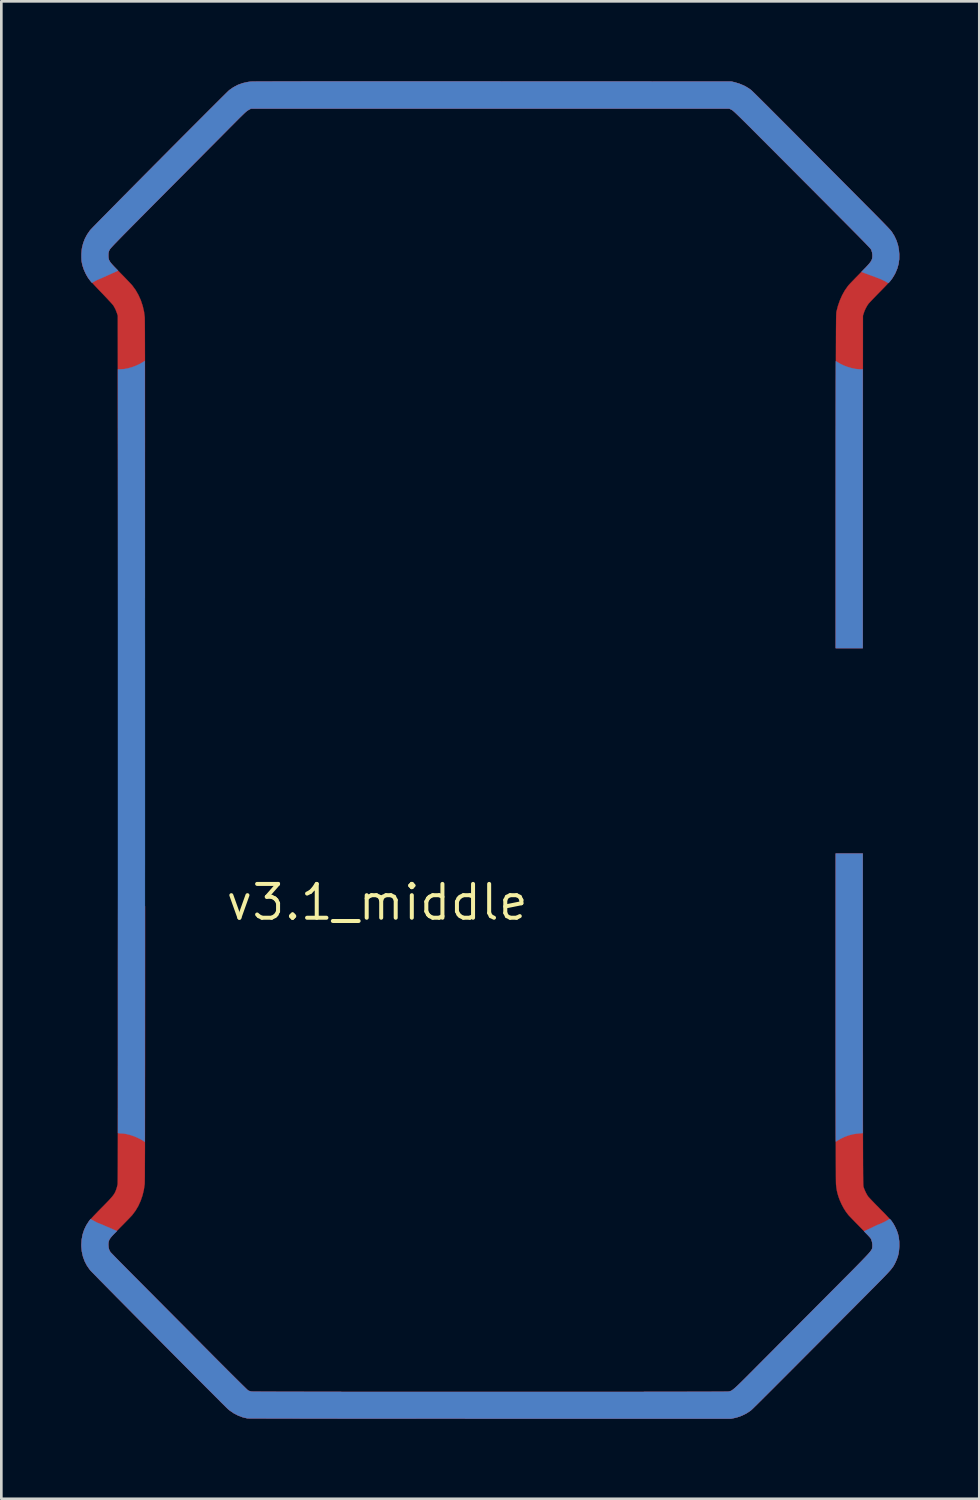
<source format=kicad_pcb>
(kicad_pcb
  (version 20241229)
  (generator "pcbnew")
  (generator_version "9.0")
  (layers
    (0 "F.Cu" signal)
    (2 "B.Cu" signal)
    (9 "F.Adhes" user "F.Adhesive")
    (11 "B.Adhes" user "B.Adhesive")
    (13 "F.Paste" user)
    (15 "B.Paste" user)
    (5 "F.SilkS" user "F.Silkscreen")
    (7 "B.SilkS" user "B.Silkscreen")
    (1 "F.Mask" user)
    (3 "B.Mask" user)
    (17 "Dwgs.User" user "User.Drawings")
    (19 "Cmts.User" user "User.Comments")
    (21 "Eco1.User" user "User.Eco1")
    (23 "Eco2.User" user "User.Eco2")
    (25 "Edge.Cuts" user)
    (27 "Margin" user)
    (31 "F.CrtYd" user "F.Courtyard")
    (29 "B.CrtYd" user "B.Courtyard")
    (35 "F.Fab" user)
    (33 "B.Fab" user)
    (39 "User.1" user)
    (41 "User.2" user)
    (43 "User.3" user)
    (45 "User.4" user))
  (footprint "v3.1_middle"
    (layer "F.Cu")
    (at 11.105 30.813)
    (property "Reference" "v3.1_middle" (at 0 0 0) (layer "F.SilkS") (effects (font (size 1.27 1.27) (thickness 0.15))))
    (attr through_hole)
    (fp_poly (pts (xy 0.762 -30.808) (xy 1.278 -30.808) (xy 1.819 -30.808) (xy 2.384 -30.808) (xy 2.975 -30.808) (xy 3.59 -30.808) (xy 4.231 -30.807) (xy 4.343 -30.807) (xy 13.291 -30.803) (xy 13.405 -30.777) (xy 13.594 -30.721) (xy 13.77 -30.647) (xy 13.931 -30.555) (xy 14.03 -30.484) (xy 14.041 -30.474) (xy 14.058 -30.459) (xy 14.082 -30.436) (xy 14.113 -30.406) (xy 14.152 -30.368) (xy 14.199 -30.322) (xy 14.254 -30.267) (xy 14.319 -30.204) (xy 14.392 -30.131) (xy 14.476 -30.048) (xy 14.569 -29.955) (xy 14.673 -29.851) (xy 14.788 -29.736) (xy 14.914 -29.61) (xy 15.051 -29.472) (xy 15.201 -29.322) (xy 15.363 -29.159) (xy 15.539 -28.984) (xy 15.727 -28.794) (xy 15.93 -28.591) (xy 16.146 -28.374) (xy 16.377 -28.142) (xy 16.623 -27.895) (xy 16.884 -27.632) (xy 17.161 -27.354) (xy 17.454 -27.059) (xy 17.764 -26.748) (xy 18.09 -26.419) (xy 18.434 -26.073) (xy 18.554 -25.952) (xy 18.675 -25.831) (xy 18.789 -25.715) (xy 18.895 -25.607) (xy 18.992 -25.508) (xy 19.078 -25.418) (xy 19.153 -25.34) (xy 19.215 -25.274) (xy 19.262 -25.223) (xy 19.294 -25.187) (xy 19.306 -25.171) (xy 19.409 -25.006) (xy 19.488 -24.836) (xy 19.545 -24.659) (xy 19.58 -24.472) (xy 19.592 -24.32) (xy 19.59 -24.133) (xy 19.565 -23.956) (xy 19.517 -23.783) (xy 19.444 -23.611) (xy 19.437 -23.597) (xy 19.409 -23.544) (xy 19.381 -23.494) (xy 19.349 -23.445) (xy 19.312 -23.394) (xy 19.269 -23.339) (xy 19.216 -23.279) (xy 19.154 -23.209) (xy 19.079 -23.129) (xy 18.989 -23.036) (xy 18.884 -22.928) (xy 18.871 -22.915) (xy 18.788 -22.831) (xy 18.709 -22.749) (xy 18.636 -22.674) (xy 18.571 -22.606) (xy 18.516 -22.548) (xy 18.474 -22.502) (xy 18.446 -22.472) (xy 18.439 -22.463) (xy 18.39 -22.391) (xy 18.341 -22.303) (xy 18.296 -22.208) (xy 18.262 -22.114) (xy 18.26 -22.108) (xy 18.231 -22.015) (xy 18.228 -15.777) (xy 18.224 -9.538) (xy 17.208 -9.538) (xy 17.212 -15.802) (xy 17.213 -16.28) (xy 17.213 -16.733) (xy 17.213 -17.163) (xy 17.213 -17.569) (xy 17.214 -17.952) (xy 17.214 -18.313) (xy 17.214 -18.652) (xy 17.215 -18.971) (xy 17.215 -19.27) (xy 17.215 -19.549) (xy 17.216 -19.81) (xy 17.216 -20.053) (xy 17.217 -20.278) (xy 17.217 -20.486) (xy 17.218 -20.678) (xy 17.218 -20.855) (xy 17.219 -21.017) (xy 17.219 -21.165) (xy 17.22 -21.299) (xy 17.22 -21.421) (xy 17.221 -21.531) (xy 17.222 -21.629) (xy 17.223 -21.716) (xy 17.223 -21.793) (xy 17.224 -21.861) (xy 17.225 -21.92) (xy 17.226 -21.97) (xy 17.227 -22.014) (xy 17.229 -22.05) (xy 17.23 -22.081) (xy 17.231 -22.105) (xy 17.232 -22.126) (xy 17.234 -22.141) (xy 17.235 -22.154) (xy 17.237 -22.163) (xy 17.237 -22.166) (xy 17.292 -22.381) (xy 17.364 -22.588) (xy 17.45 -22.782) (xy 17.549 -22.96) (xy 17.661 -23.119) (xy 17.699 -23.166) (xy 17.721 -23.19) (xy 17.758 -23.23) (xy 17.809 -23.283) (xy 17.871 -23.347) (xy 17.941 -23.42) (xy 18.018 -23.499) (xy 18.1 -23.582) (xy 18.132 -23.616) (xy 18.233 -23.718) (xy 18.317 -23.805) (xy 18.385 -23.877) (xy 18.441 -23.938) (xy 18.485 -23.99) (xy 18.518 -24.033) (xy 18.543 -24.071) (xy 18.561 -24.106) (xy 18.573 -24.139) (xy 18.581 -24.173) (xy 18.587 -24.209) (xy 18.587 -24.214) (xy 18.589 -24.295) (xy 18.577 -24.384) (xy 18.553 -24.468) (xy 18.54 -24.497) (xy 18.537 -24.503) (xy 18.532 -24.511) (xy 18.524 -24.521) (xy 18.514 -24.533) (xy 18.5 -24.55) (xy 18.482 -24.569) (xy 18.46 -24.594) (xy 18.433 -24.622) (xy 18.4 -24.656) (xy 18.362 -24.696) (xy 18.318 -24.743) (xy 18.266 -24.795) (xy 18.207 -24.856) (xy 18.141 -24.923) (xy 18.066 -25) (xy 17.982 -25.085) (xy 17.889 -25.179) (xy 17.786 -25.283) (xy 17.673 -25.397) (xy 17.549 -25.522) (xy 17.413 -25.658) (xy 17.266 -25.806) (xy 17.107 -25.966) (xy 16.935 -26.139) (xy 16.749 -26.326) (xy 16.55 -26.526) (xy 16.337 -26.74) (xy 16.108 -26.969) (xy 15.865 -27.213) (xy 15.606 -27.473) (xy 15.33 -27.75) (xy 15.038 -28.043) (xy 14.729 -28.353) (xy 14.586 -28.496) (xy 14.413 -28.669) (xy 14.257 -28.826) (xy 14.117 -28.966) (xy 13.993 -29.091) (xy 13.882 -29.201) (xy 13.784 -29.298) (xy 13.699 -29.382) (xy 13.625 -29.455) (xy 13.561 -29.517) (xy 13.507 -29.57) (xy 13.461 -29.613) (xy 13.423 -29.649) (xy 13.391 -29.677) (xy 13.365 -29.7) (xy 13.344 -29.717) (xy 13.326 -29.73) (xy 13.311 -29.74) (xy 13.298 -29.747) (xy 13.297 -29.747) (xy 13.215 -29.788) (xy -4.734 -29.788) (xy -4.828 -29.737) (xy -4.847 -29.726) (xy -4.866 -29.713) (xy -4.888 -29.697) (xy -4.914 -29.677) (xy -4.945 -29.65) (xy -4.982 -29.616) (xy -5.027 -29.574) (xy -5.08 -29.522) (xy -5.145 -29.459) (xy -5.22 -29.384) (xy -5.309 -29.295) (xy -5.412 -29.191) (xy -5.531 -29.072) (xy -5.608 -28.994) (xy -5.687 -28.914) (xy -5.783 -28.817) (xy -5.894 -28.705) (xy -6.019 -28.579) (xy -6.157 -28.44) (xy -6.307 -28.29) (xy -6.466 -28.129) (xy -6.634 -27.959) (xy -6.81 -27.782) (xy -6.993 -27.599) (xy -7.18 -27.41) (xy -7.371 -27.218) (xy -7.564 -27.023) (xy -7.758 -26.828) (xy -7.952 -26.632) (xy -8.145 -26.439) (xy -8.154 -26.429) (xy -8.37 -26.212) (xy -8.568 -26.012) (xy -8.749 -25.829) (xy -8.915 -25.662) (xy -9.066 -25.51) (xy -9.203 -25.372) (xy -9.326 -25.247) (xy -9.436 -25.136) (xy -9.535 -25.036) (xy -9.622 -24.947) (xy -9.698 -24.869) (xy -9.764 -24.801) (xy -9.821 -24.742) (xy -9.87 -24.691) (xy -9.911 -24.647) (xy -9.945 -24.61) (xy -9.973 -24.579) (xy -9.996 -24.554) (xy -10.013 -24.533) (xy -10.027 -24.515) (xy -10.037 -24.501) (xy -10.044 -24.489) (xy -10.05 -24.478) (xy -10.052 -24.473) (xy -10.071 -24.428) (xy -10.082 -24.389) (xy -10.088 -24.346) (xy -10.089 -24.289) (xy -10.089 -24.276) (xy -10.089 -24.231) (xy -10.086 -24.191) (xy -10.08 -24.154) (xy -10.07 -24.118) (xy -10.053 -24.081) (xy -10.029 -24.041) (xy -9.995 -23.996) (xy -9.951 -23.944) (xy -9.894 -23.882) (xy -9.825 -23.808) (xy -9.74 -23.721) (xy -9.639 -23.618) (xy -9.635 -23.614) (xy -9.551 -23.529) (xy -9.471 -23.447) (xy -9.397 -23.369) (xy -9.33 -23.299) (xy -9.273 -23.239) (xy -9.228 -23.191) (xy -9.198 -23.158) (xy -9.191 -23.149) (xy -9.067 -22.98) (xy -8.96 -22.793) (xy -8.87 -22.593) (xy -8.8 -22.383) (xy -8.75 -22.167) (xy -8.725 -21.971) (xy -8.723 -21.945) (xy -8.722 -21.899) (xy -8.721 -21.832) (xy -8.72 -21.744) (xy -8.719 -21.635) (xy -8.718 -21.505) (xy -8.717 -21.352) (xy -8.717 -21.178) (xy -8.716 -20.981) (xy -8.716 -20.762) (xy -8.715 -20.52) (xy -8.715 -20.256) (xy -8.714 -19.968) (xy -8.714 -19.657) (xy -8.714 -19.322) (xy -8.714 -18.963) (xy -8.714 -18.58) (xy -8.714 -18.173) (xy -8.714 -17.741) (xy -8.714 -17.285) (xy -8.715 -16.803) (xy -8.715 -16.626) (xy -8.719 -11.439) (xy -8.795 -11.414) (xy -8.88 -11.383) (xy -8.976 -11.34) (xy -9.077 -11.289) (xy -9.173 -11.234) (xy -9.248 -11.186) (xy -9.334 -11.122) (xy -9.425 -11.044) (xy -9.513 -10.959) (xy -9.592 -10.874) (xy -9.656 -10.794) (xy -9.659 -10.789) (xy -9.722 -10.7) (xy -9.728 -16.358) (xy -9.735 -22.015) (xy -9.762 -22.101) (xy -9.816 -22.243) (xy -9.881 -22.366) (xy -9.901 -22.398) (xy -9.92 -22.422) (xy -9.954 -22.462) (xy -10.002 -22.515) (xy -10.062 -22.58) (xy -10.131 -22.655) (xy -10.208 -22.736) (xy -10.29 -22.823) (xy -10.356 -22.891) (xy -10.454 -22.993) (xy -10.544 -23.088) (xy -10.626 -23.176) (xy -10.696 -23.253) (xy -10.755 -23.318) (xy -10.799 -23.37) (xy -10.828 -23.406) (xy -10.831 -23.41) (xy -10.896 -23.515) (xy -10.957 -23.633) (xy -11.011 -23.756) (xy -11.052 -23.873) (xy -11.058 -23.897) (xy -11.07 -23.943) (xy -11.079 -23.983) (xy -11.085 -24.023) (xy -11.089 -24.067) (xy -11.091 -24.122) (xy -11.092 -24.192) (xy -11.092 -24.27) (xy -11.092 -24.357) (xy -11.091 -24.425) (xy -11.089 -24.477) (xy -11.085 -24.52) (xy -11.078 -24.559) (xy -11.069 -24.599) (xy -11.057 -24.644) (xy -11.009 -24.798) (xy -10.953 -24.934) (xy -10.885 -25.058) (xy -10.804 -25.178) (xy -10.761 -25.233) (xy -10.744 -25.251) (xy -10.711 -25.286) (xy -10.662 -25.338) (xy -10.597 -25.404) (xy -10.518 -25.485) (xy -10.425 -25.58) (xy -10.32 -25.687) (xy -10.203 -25.805) (xy -10.075 -25.935) (xy -9.938 -26.074) (xy -9.791 -26.223) (xy -9.636 -26.38) (xy -9.474 -26.544) (xy -9.305 -26.714) (xy -9.131 -26.89) (xy -8.952 -27.07) (xy -8.77 -27.254) (xy -8.584 -27.441) (xy -8.397 -27.63) (xy -8.208 -27.82) (xy -8.019 -28.01) (xy -7.831 -28.2) (xy -7.644 -28.388) (xy -7.46 -28.573) (xy -7.279 -28.755) (xy -7.102 -28.932) (xy -6.93 -29.105) (xy -6.764 -29.271) (xy -6.605 -29.43) (xy -6.454 -29.582) (xy -6.311 -29.725) (xy -6.178 -29.858) (xy -6.055 -29.981) (xy -5.943 -30.092) (xy -5.844 -30.191) (xy -5.757 -30.277) (xy -5.684 -30.349) (xy -5.626 -30.406) (xy -5.584 -30.447) (xy -5.558 -30.471) (xy -5.552 -30.477) (xy -5.393 -30.588) (xy -5.224 -30.677) (xy -5.043 -30.742) (xy -4.852 -30.785) (xy -4.745 -30.798) (xy -4.724 -30.799) (xy -4.683 -30.8) (xy -4.621 -30.801) (xy -4.537 -30.802) (xy -4.433 -30.802) (xy -4.307 -30.803) (xy -4.159 -30.804) (xy -3.99 -30.804) (xy -3.798 -30.805) (xy -3.585 -30.805) (xy -3.349 -30.806) (xy -3.091 -30.806) (xy -2.811 -30.807) (xy -2.507 -30.807) (xy -2.181 -30.807) (xy -1.831 -30.808) (xy -1.458 -30.808) (xy -1.062 -30.808) (xy -0.642 -30.808) (xy -0.198 -30.808) (xy 0.27 -30.808) (xy 0.762 -30.808)) (stroke (width 0.01) (type solid)) (fill yes) (layer "F.Cu"))
    (fp_poly (pts (xy 18.228 4.391) (xy 18.228 4.866) (xy 18.228 5.316) (xy 18.229 5.742) (xy 18.229 6.144) (xy 18.229 6.524) (xy 18.229 6.882) (xy 18.23 7.218) (xy 18.23 7.534) (xy 18.23 7.83) (xy 18.23 8.106) (xy 18.231 8.364) (xy 18.231 8.603) (xy 18.231 8.825) (xy 18.232 9.031) (xy 18.232 9.22) (xy 18.233 9.394) (xy 18.233 9.554) (xy 18.234 9.699) (xy 18.234 9.831) (xy 18.235 9.951) (xy 18.236 10.058) (xy 18.236 10.154) (xy 18.237 10.239) (xy 18.238 10.315) (xy 18.239 10.381) (xy 18.24 10.438) (xy 18.241 10.487) (xy 18.242 10.529) (xy 18.243 10.565) (xy 18.244 10.594) (xy 18.245 10.618) (xy 18.247 10.638) (xy 18.248 10.653) (xy 18.25 10.665) (xy 18.251 10.675) (xy 18.253 10.682) (xy 18.254 10.687) (xy 18.281 10.762) (xy 18.316 10.844) (xy 18.355 10.924) (xy 18.395 10.995) (xy 18.426 11.042) (xy 18.446 11.065) (xy 18.481 11.103) (xy 18.529 11.155) (xy 18.59 11.218) (xy 18.659 11.29) (xy 18.736 11.369) (xy 18.819 11.452) (xy 18.865 11.5) (xy 18.973 11.609) (xy 19.065 11.702) (xy 19.141 11.783) (xy 19.205 11.852) (xy 19.259 11.913) (xy 19.303 11.966) (xy 19.34 12.016) (xy 19.372 12.063) (xy 19.4 12.11) (xy 19.427 12.159) (xy 19.437 12.18) (xy 19.502 12.322) (xy 19.548 12.46) (xy 19.577 12.601) (xy 19.592 12.751) (xy 19.593 12.916) (xy 19.584 13.054) (xy 19.567 13.176) (xy 19.539 13.29) (xy 19.498 13.403) (xy 19.457 13.497) (xy 19.439 13.535) (xy 19.421 13.569) (xy 19.404 13.602) (xy 19.385 13.635) (xy 19.364 13.668) (xy 19.34 13.702) (xy 19.312 13.74) (xy 19.278 13.782) (xy 19.237 13.829) (xy 19.189 13.882) (xy 19.133 13.943) (xy 19.067 14.012) (xy 18.99 14.092) (xy 18.902 14.183) (xy 18.801 14.285) (xy 18.686 14.402) (xy 18.556 14.532) (xy 18.41 14.679) (xy 18.256 14.834) (xy 17.921 15.171) (xy 17.603 15.49) (xy 17.302 15.793) (xy 17.017 16.079) (xy 16.749 16.348) (xy 16.497 16.602) (xy 16.259 16.84) (xy 16.037 17.063) (xy 15.829 17.272) (xy 15.635 17.467) (xy 15.454 17.648) (xy 15.287 17.816) (xy 15.132 17.971) (xy 14.989 18.114) (xy 14.859 18.245) (xy 14.739 18.364) (xy 14.631 18.472) (xy 14.532 18.57) (xy 14.444 18.658) (xy 14.366 18.736) (xy 14.296 18.805) (xy 14.236 18.865) (xy 14.183 18.916) (xy 14.139 18.96) (xy 14.102 18.996) (xy 14.071 19.025) (xy 14.048 19.047) (xy 14.03 19.063) (xy 14.018 19.074) (xy 14.014 19.077) (xy 13.86 19.179) (xy 13.691 19.263) (xy 13.515 19.326) (xy 13.403 19.354) (xy 13.274 19.38) (xy 4.233 19.379) (xy 3.755 19.379) (xy 3.282 19.378) (xy 2.816 19.378) (xy 2.358 19.378) (xy 1.907 19.378) (xy 1.466 19.378) (xy 1.033 19.377) (xy 0.611 19.377) (xy 0.199 19.377) (xy -0.201 19.377) (xy -0.59 19.376) (xy -0.966 19.376) (xy -1.329 19.376) (xy -1.678 19.375) (xy -2.012 19.375) (xy -2.332 19.374) (xy -2.635 19.374) (xy -2.923 19.373) (xy -3.193 19.373) (xy -3.445 19.372) (xy -3.679 19.372) (xy -3.894 19.371) (xy -4.09 19.371) (xy -4.265 19.37) (xy -4.42 19.37) (xy -4.552 19.369) (xy -4.663 19.369) (xy -4.751 19.368) (xy -4.815 19.368) (xy -4.855 19.367) (xy -4.87 19.367) (xy -5.049 19.324) (xy -5.223 19.258) (xy -5.389 19.171) (xy -5.541 19.065) (xy -5.598 19.018) (xy -5.617 18.999) (xy -5.654 18.964) (xy -5.706 18.912) (xy -5.773 18.846) (xy -5.855 18.765) (xy -5.949 18.67) (xy -6.056 18.563) (xy -6.175 18.444) (xy -6.304 18.315) (xy -6.443 18.176) (xy -6.591 18.027) (xy -6.747 17.871) (xy -6.91 17.707) (xy -7.079 17.537) (xy -7.253 17.362) (xy -7.432 17.182) (xy -7.615 16.998) (xy -7.8 16.812) (xy -7.987 16.623) (xy -8.174 16.434) (xy -8.362 16.245) (xy -8.549 16.056) (xy -8.735 15.869) (xy -8.918 15.685) (xy -9.097 15.504) (xy -9.272 15.327) (xy -9.442 15.155) (xy -9.605 14.99) (xy -9.762 14.832) (xy -9.91 14.681) (xy -10.05 14.54) (xy -10.181 14.407) (xy -10.3 14.286) (xy -10.409 14.176) (xy -10.505 14.078) (xy -10.587 13.994) (xy -10.656 13.923) (xy -10.71 13.868) (xy -10.748 13.828) (xy -10.77 13.805) (xy -10.773 13.801) (xy -10.886 13.642) (xy -10.974 13.475) (xy -11.039 13.298) (xy -11.081 13.111) (xy -11.099 12.915) (xy -11.1 12.859) (xy -11.089 12.664) (xy -11.056 12.479) (xy -11 12.304) (xy -10.92 12.134) (xy -10.816 11.968) (xy -10.803 11.951) (xy -10.784 11.927) (xy -10.749 11.888) (xy -10.699 11.835) (xy -10.639 11.771) (xy -10.568 11.697) (xy -10.491 11.617) (xy -10.408 11.532) (xy -10.351 11.474) (xy -10.246 11.368) (xy -10.157 11.277) (xy -10.083 11.2) (xy -10.022 11.134) (xy -9.973 11.078) (xy -9.932 11.03) (xy -9.9 10.988) (xy -9.874 10.949) (xy -9.851 10.912) (xy -9.833 10.878) (xy -9.803 10.805) (xy -9.774 10.719) (xy -9.751 10.631) (xy -9.741 10.579) (xy -9.74 10.559) (xy -9.739 10.515) (xy -9.738 10.446) (xy -9.737 10.354) (xy -9.736 10.236) (xy -9.735 10.094) (xy -9.734 9.928) (xy -9.733 9.737) (xy -9.733 9.522) (xy -9.732 9.282) (xy -9.731 9.017) (xy -9.731 8.727) (xy -9.73 8.412) (xy -9.73 8.073) (xy -9.729 7.708) (xy -9.729 7.318) (xy -9.729 6.904) (xy -9.729 6.464) (xy -9.728 5.999) (xy -9.728 5.508) (xy -9.728 4.993) (xy -9.728 4.931) (xy -9.728 4.414) (xy -9.728 3.922) (xy -9.728 3.456) (xy -9.728 3.014) (xy -9.728 2.598) (xy -9.727 2.207) (xy -9.727 1.84) (xy -9.726 1.499) (xy -9.726 1.184) (xy -9.725 0.893) (xy -9.725 0.628) (xy -9.724 0.388) (xy -9.723 0.173) (xy -9.723 -0.017) (xy -9.722 -0.181) (xy -9.721 -0.32) (xy -9.72 -0.434) (xy -9.719 -0.522) (xy -9.718 -0.585) (xy -9.717 -0.623) (xy -9.716 -0.635) (xy -9.703 -0.626) (xy -9.703 -0.623) (xy -9.696 -0.609) (xy -9.676 -0.578) (xy -9.646 -0.537) (xy -9.61 -0.488) (xy -9.608 -0.485) (xy -9.472 -0.325) (xy -9.318 -0.184) (xy -9.149 -0.061) (xy -8.964 0.041) (xy -8.836 0.097) (xy -8.712 0.145) (xy -8.712 5.289) (xy -8.712 5.79) (xy -8.712 6.266) (xy -8.713 6.716) (xy -8.713 7.141) (xy -8.713 7.541) (xy -8.713 7.916) (xy -8.714 8.266) (xy -8.714 8.591) (xy -8.715 8.891) (xy -8.715 9.166) (xy -8.716 9.416) (xy -8.717 9.642) (xy -8.718 9.844) (xy -8.719 10.02) (xy -8.719 10.173) (xy -8.72 10.301) (xy -8.722 10.404) (xy -8.723 10.483) (xy -8.724 10.538) (xy -8.725 10.569) (xy -8.725 10.573) (xy -8.756 10.789) (xy -8.807 11.001) (xy -8.877 11.204) (xy -8.964 11.396) (xy -9.068 11.572) (xy -9.186 11.73) (xy -9.189 11.735) (xy -9.211 11.759) (xy -9.249 11.799) (xy -9.299 11.852) (xy -9.361 11.916) (xy -9.432 11.989) (xy -9.51 12.069) (xy -9.592 12.152) (xy -9.63 12.19) (xy -9.724 12.286) (xy -9.802 12.366) (xy -9.866 12.432) (xy -9.917 12.485) (xy -9.956 12.529) (xy -9.987 12.565) (xy -10.01 12.594) (xy -10.028 12.619) (xy -10.041 12.642) (xy -10.05 12.66) (xy -10.071 12.707) (xy -10.083 12.747) (xy -10.088 12.791) (xy -10.09 12.848) (xy -10.09 12.852) (xy -10.082 12.957) (xy -10.057 13.047) (xy -10.015 13.125) (xy -10.003 13.139) (xy -9.974 13.169) (xy -9.929 13.216) (xy -9.87 13.276) (xy -9.798 13.351) (xy -9.713 13.437) (xy -9.616 13.535) (xy -9.51 13.643) (xy -9.395 13.759) (xy -9.271 13.884) (xy -9.142 14.015) (xy -9.006 14.151) (xy -8.89 14.268) (xy -8.747 14.412) (xy -8.588 14.572) (xy -8.415 14.745) (xy -8.232 14.93) (xy -8.039 15.124) (xy -7.839 15.325) (xy -7.634 15.531) (xy -7.427 15.74) (xy -7.219 15.949) (xy -7.014 16.156) (xy -6.812 16.36) (xy -6.616 16.557) (xy -6.429 16.746) (xy -6.343 16.832) (xy -6.183 16.993) (xy -6.027 17.15) (xy -5.876 17.301) (xy -5.732 17.445) (xy -5.595 17.582) (xy -5.467 17.711) (xy -5.347 17.829) (xy -5.238 17.938) (xy -5.14 18.035) (xy -5.055 18.119) (xy -4.982 18.19) (xy -4.924 18.247) (xy -4.881 18.288) (xy -4.854 18.313) (xy -4.845 18.32) (xy -4.804 18.338) (xy -4.751 18.355) (xy -4.712 18.363) (xy -4.694 18.364) (xy -4.651 18.365) (xy -4.585 18.366) (xy -4.496 18.367) (xy -4.385 18.367) (xy -4.252 18.368) (xy -4.098 18.369) (xy -3.925 18.369) (xy -3.732 18.37) (xy -3.521 18.371) (xy -3.293 18.371) (xy -3.048 18.372) (xy -2.787 18.372) (xy -2.511 18.373) (xy -2.221 18.373) (xy -1.917 18.374) (xy -1.6 18.374) (xy -1.272 18.375) (xy -0.932 18.375) (xy -0.581 18.375) (xy -0.221 18.376) (xy 0.147 18.376) (xy 0.524 18.376) (xy 0.908 18.376) (xy 1.299 18.377) (xy 1.695 18.377) (xy 2.096 18.377) (xy 2.501 18.377) (xy 2.91 18.377) (xy 3.321 18.377) (xy 3.734 18.377) (xy 4.147 18.377) (xy 4.561 18.377) (xy 4.975 18.377) (xy 5.387 18.377) (xy 5.796 18.377) (xy 6.203 18.377) (xy 6.606 18.377) (xy 7.004 18.377) (xy 7.397 18.377) (xy 7.784 18.377) (xy 8.164 18.376) (xy 8.537 18.376) (xy 8.9 18.376) (xy 9.255 18.375) (xy 9.599 18.375) (xy 9.933 18.375) (xy 10.255 18.374) (xy 10.564 18.374) (xy 10.861 18.374) (xy 11.143 18.373) (xy 11.41 18.373) (xy 11.662 18.372) (xy 11.898 18.371) (xy 12.116 18.371) (xy 12.316 18.37) (xy 12.498 18.37) (xy 12.66 18.369) (xy 12.802 18.368) (xy 12.923 18.368) (xy 13.021 18.367) (xy 13.098 18.366) (xy 13.15 18.365) (xy 13.179 18.364) (xy 13.183 18.364) (xy 13.207 18.359) (xy 13.23 18.354) (xy 13.251 18.348) (xy 13.274 18.339) (xy 13.298 18.327) (xy 13.324 18.311) (xy 13.355 18.289) (xy 13.39 18.26) (xy 13.431 18.225) (xy 13.48 18.181) (xy 13.537 18.128) (xy 13.603 18.064) (xy 13.68 17.989) (xy 13.768 17.902) (xy 13.869 17.801) (xy 13.984 17.686) (xy 14.114 17.556) (xy 14.259 17.409) (xy 14.371 17.297) (xy 14.49 17.177) (xy 14.626 17.041) (xy 14.776 16.89) (xy 14.938 16.727) (xy 15.111 16.552) (xy 15.293 16.369) (xy 15.483 16.179) (xy 15.677 15.984) (xy 15.875 15.785) (xy 16.075 15.584) (xy 16.274 15.384) (xy 16.472 15.185) (xy 16.665 14.991) (xy 16.854 14.801) (xy 16.922 14.733) (xy 17.124 14.53) (xy 17.308 14.345) (xy 17.476 14.176) (xy 17.629 14.022) (xy 17.767 13.884) (xy 17.891 13.759) (xy 18.001 13.647) (xy 18.099 13.547) (xy 18.185 13.459) (xy 18.26 13.381) (xy 18.325 13.313) (xy 18.381 13.253) (xy 18.428 13.202) (xy 18.466 13.158) (xy 18.498 13.12) (xy 18.523 13.088) (xy 18.543 13.06) (xy 18.558 13.036) (xy 18.568 13.015) (xy 18.576 12.996) (xy 18.58 12.979) (xy 18.583 12.962) (xy 18.585 12.945) (xy 18.586 12.926) (xy 18.588 12.909) (xy 18.587 12.829) (xy 18.572 12.74) (xy 18.545 12.653) (xy 18.533 12.626) (xy 18.519 12.608) (xy 18.49 12.573) (xy 18.447 12.525) (xy 18.391 12.465) (xy 18.326 12.396) (xy 18.252 12.32) (xy 18.173 12.238) (xy 18.128 12.193) (xy 18.045 12.108) (xy 17.964 12.026) (xy 17.89 11.949) (xy 17.823 11.881) (xy 17.767 11.822) (xy 17.723 11.776) (xy 17.693 11.744) (xy 17.685 11.735) (xy 17.595 11.617) (xy 17.508 11.48) (xy 17.429 11.331) (xy 17.36 11.176) (xy 17.318 11.062) (xy 17.281 10.942) (xy 17.254 10.829) (xy 17.235 10.712) (xy 17.222 10.598) (xy 17.221 10.574) (xy 17.219 10.527) (xy 17.218 10.457) (xy 17.217 10.363) (xy 17.216 10.247) (xy 17.216 10.107) (xy 17.215 9.943) (xy 17.214 9.756) (xy 17.213 9.545) (xy 17.213 9.31) (xy 17.212 9.051) (xy 17.211 8.767) (xy 17.211 8.46) (xy 17.21 8.129) (xy 17.21 7.772) (xy 17.21 7.392) (xy 17.209 6.986) (xy 17.209 6.556) (xy 17.209 6.101) (xy 17.209 5.621) (xy 17.209 5.116) (xy 17.209 4.586) (xy 17.209 4.315) (xy 17.209 -1.829) (xy 18.224 -1.829) (xy 18.228 4.391)) (stroke (width 0.01) (type solid)) (fill yes) (layer "F.Cu"))
    (fp_poly (pts (xy 0.762 -30.808) (xy 1.278 -30.808) (xy 1.819 -30.808) (xy 2.384 -30.808) (xy 2.975 -30.808) (xy 3.59 -30.808) (xy 4.231 -30.807) (xy 4.343 -30.807) (xy 13.291 -30.803) (xy 13.405 -30.777) (xy 13.594 -30.721) (xy 13.77 -30.647) (xy 13.931 -30.555) (xy 14.03 -30.484) (xy 14.041 -30.474) (xy 14.058 -30.459) (xy 14.082 -30.436) (xy 14.113 -30.406) (xy 14.152 -30.368) (xy 14.199 -30.322) (xy 14.254 -30.267) (xy 14.319 -30.204) (xy 14.392 -30.131) (xy 14.476 -30.048) (xy 14.569 -29.955) (xy 14.673 -29.851) (xy 14.788 -29.736) (xy 14.914 -29.61) (xy 15.051 -29.472) (xy 15.201 -29.322) (xy 15.363 -29.159) (xy 15.539 -28.984) (xy 15.727 -28.794) (xy 15.93 -28.591) (xy 16.146 -28.374) (xy 16.377 -28.142) (xy 16.623 -27.895) (xy 16.884 -27.632) (xy 17.161 -27.354) (xy 17.454 -27.059) (xy 17.764 -26.748) (xy 18.09 -26.419) (xy 18.434 -26.073) (xy 18.554 -25.952) (xy 18.675 -25.831) (xy 18.789 -25.715) (xy 18.895 -25.607) (xy 18.992 -25.508) (xy 19.078 -25.418) (xy 19.153 -25.34) (xy 19.215 -25.274) (xy 19.262 -25.223) (xy 19.294 -25.187) (xy 19.306 -25.171) (xy 19.409 -25.006) (xy 19.488 -24.836) (xy 19.545 -24.659) (xy 19.58 -24.472) (xy 19.592 -24.32) (xy 19.59 -24.133) (xy 19.565 -23.956) (xy 19.517 -23.783) (xy 19.444 -23.611) (xy 19.437 -23.597) (xy 19.409 -23.544) (xy 19.381 -23.494) (xy 19.349 -23.445) (xy 19.312 -23.394) (xy 19.269 -23.339) (xy 19.216 -23.279) (xy 19.154 -23.209) (xy 19.079 -23.129) (xy 18.989 -23.036) (xy 18.884 -22.928) (xy 18.871 -22.915) (xy 18.788 -22.831) (xy 18.709 -22.749) (xy 18.636 -22.674) (xy 18.571 -22.606) (xy 18.516 -22.548) (xy 18.474 -22.502) (xy 18.446 -22.472) (xy 18.439 -22.463) (xy 18.39 -22.391) (xy 18.341 -22.303) (xy 18.296 -22.208) (xy 18.262 -22.114) (xy 18.26 -22.108) (xy 18.231 -22.015) (xy 18.228 -15.777) (xy 18.224 -9.538) (xy 17.208 -9.538) (xy 17.212 -15.802) (xy 17.213 -16.28) (xy 17.213 -16.733) (xy 17.213 -17.163) (xy 17.213 -17.569) (xy 17.214 -17.952) (xy 17.214 -18.313) (xy 17.214 -18.652) (xy 17.215 -18.971) (xy 17.215 -19.27) (xy 17.215 -19.549) (xy 17.216 -19.81) (xy 17.216 -20.053) (xy 17.217 -20.278) (xy 17.217 -20.486) (xy 17.218 -20.678) (xy 17.218 -20.855) (xy 17.219 -21.017) (xy 17.219 -21.165) (xy 17.22 -21.299) (xy 17.22 -21.421) (xy 17.221 -21.531) (xy 17.222 -21.629) (xy 17.223 -21.716) (xy 17.223 -21.793) (xy 17.224 -21.861) (xy 17.225 -21.92) (xy 17.226 -21.97) (xy 17.227 -22.014) (xy 17.229 -22.05) (xy 17.23 -22.081) (xy 17.231 -22.105) (xy 17.232 -22.126) (xy 17.234 -22.141) (xy 17.235 -22.154) (xy 17.237 -22.163) (xy 17.237 -22.166) (xy 17.292 -22.381) (xy 17.364 -22.588) (xy 17.45 -22.782) (xy 17.549 -22.96) (xy 17.661 -23.119) (xy 17.699 -23.166) (xy 17.721 -23.19) (xy 17.758 -23.23) (xy 17.809 -23.283) (xy 17.871 -23.347) (xy 17.941 -23.42) (xy 18.018 -23.499) (xy 18.1 -23.582) (xy 18.132 -23.616) (xy 18.233 -23.718) (xy 18.317 -23.805) (xy 18.385 -23.877) (xy 18.441 -23.938) (xy 18.485 -23.99) (xy 18.518 -24.033) (xy 18.543 -24.071) (xy 18.561 -24.106) (xy 18.573 -24.139) (xy 18.581 -24.173) (xy 18.587 -24.209) (xy 18.587 -24.214) (xy 18.589 -24.295) (xy 18.577 -24.384) (xy 18.553 -24.468) (xy 18.54 -24.497) (xy 18.537 -24.503) (xy 18.532 -24.511) (xy 18.524 -24.521) (xy 18.514 -24.533) (xy 18.5 -24.55) (xy 18.482 -24.569) (xy 18.46 -24.594) (xy 18.433 -24.622) (xy 18.4 -24.656) (xy 18.362 -24.696) (xy 18.318 -24.743) (xy 18.266 -24.795) (xy 18.207 -24.856) (xy 18.141 -24.923) (xy 18.066 -25) (xy 17.982 -25.085) (xy 17.889 -25.179) (xy 17.786 -25.283) (xy 17.673 -25.397) (xy 17.549 -25.522) (xy 17.413 -25.658) (xy 17.266 -25.806) (xy 17.107 -25.966) (xy 16.935 -26.139) (xy 16.749 -26.326) (xy 16.55 -26.526) (xy 16.337 -26.74) (xy 16.108 -26.969) (xy 15.865 -27.213) (xy 15.606 -27.473) (xy 15.33 -27.75) (xy 15.038 -28.043) (xy 14.729 -28.353) (xy 14.586 -28.496) (xy 14.413 -28.669) (xy 14.257 -28.826) (xy 14.117 -28.966) (xy 13.993 -29.091) (xy 13.882 -29.201) (xy 13.784 -29.298) (xy 13.699 -29.382) (xy 13.625 -29.455) (xy 13.561 -29.517) (xy 13.507 -29.57) (xy 13.461 -29.613) (xy 13.423 -29.649) (xy 13.391 -29.677) (xy 13.365 -29.7) (xy 13.344 -29.717) (xy 13.326 -29.73) (xy 13.311 -29.74) (xy 13.298 -29.747) (xy 13.297 -29.747) (xy 13.215 -29.788) (xy -4.734 -29.788) (xy -4.828 -29.737) (xy -4.847 -29.726) (xy -4.866 -29.713) (xy -4.888 -29.697) (xy -4.914 -29.677) (xy -4.945 -29.65) (xy -4.982 -29.616) (xy -5.027 -29.574) (xy -5.08 -29.522) (xy -5.145 -29.459) (xy -5.22 -29.384) (xy -5.309 -29.295) (xy -5.412 -29.191) (xy -5.531 -29.072) (xy -5.608 -28.994) (xy -5.687 -28.914) (xy -5.783 -28.817) (xy -5.894 -28.705) (xy -6.019 -28.579) (xy -6.157 -28.44) (xy -6.307 -28.29) (xy -6.466 -28.129) (xy -6.634 -27.959) (xy -6.81 -27.782) (xy -6.993 -27.599) (xy -7.18 -27.41) (xy -7.371 -27.218) (xy -7.564 -27.023) (xy -7.758 -26.828) (xy -7.952 -26.632) (xy -8.145 -26.439) (xy -8.154 -26.429) (xy -8.37 -26.212) (xy -8.568 -26.012) (xy -8.749 -25.829) (xy -8.915 -25.662) (xy -9.066 -25.51) (xy -9.203 -25.372) (xy -9.326 -25.247) (xy -9.436 -25.136) (xy -9.535 -25.036) (xy -9.622 -24.947) (xy -9.698 -24.869) (xy -9.764 -24.801) (xy -9.821 -24.742) (xy -9.87 -24.691) (xy -9.911 -24.647) (xy -9.945 -24.61) (xy -9.973 -24.579) (xy -9.996 -24.554) (xy -10.013 -24.533) (xy -10.027 -24.515) (xy -10.037 -24.501) (xy -10.044 -24.489) (xy -10.05 -24.478) (xy -10.052 -24.473) (xy -10.071 -24.428) (xy -10.082 -24.389) (xy -10.088 -24.346) (xy -10.089 -24.289) (xy -10.089 -24.276) (xy -10.089 -24.231) (xy -10.086 -24.191) (xy -10.08 -24.154) (xy -10.07 -24.118) (xy -10.053 -24.081) (xy -10.029 -24.041) (xy -9.995 -23.996) (xy -9.951 -23.944) (xy -9.894 -23.882) (xy -9.825 -23.808) (xy -9.74 -23.721) (xy -9.639 -23.618) (xy -9.635 -23.614) (xy -9.551 -23.529) (xy -9.471 -23.447) (xy -9.397 -23.369) (xy -9.33 -23.299) (xy -9.273 -23.239) (xy -9.228 -23.191) (xy -9.198 -23.158) (xy -9.191 -23.149) (xy -9.067 -22.98) (xy -8.96 -22.793) (xy -8.87 -22.593) (xy -8.8 -22.383) (xy -8.75 -22.167) (xy -8.725 -21.971) (xy -8.723 -21.945) (xy -8.722 -21.899) (xy -8.721 -21.832) (xy -8.72 -21.744) (xy -8.719 -21.635) (xy -8.718 -21.505) (xy -8.717 -21.352) (xy -8.717 -21.178) (xy -8.716 -20.981) (xy -8.716 -20.762) (xy -8.715 -20.52) (xy -8.715 -20.256) (xy -8.714 -19.968) (xy -8.714 -19.657) (xy -8.714 -19.322) (xy -8.714 -18.963) (xy -8.714 -18.58) (xy -8.714 -18.173) (xy -8.714 -17.741) (xy -8.714 -17.285) (xy -8.715 -16.803) (xy -8.715 -16.626) (xy -8.719 -11.439) (xy -8.795 -11.414) (xy -8.88 -11.383) (xy -8.976 -11.34) (xy -9.077 -11.289) (xy -9.173 -11.234) (xy -9.248 -11.186) (xy -9.334 -11.122) (xy -9.425 -11.044) (xy -9.513 -10.959) (xy -9.592 -10.874) (xy -9.656 -10.794) (xy -9.659 -10.789) (xy -9.722 -10.7) (xy -9.728 -16.358) (xy -9.735 -22.015) (xy -9.762 -22.101) (xy -9.816 -22.243) (xy -9.881 -22.366) (xy -9.901 -22.398) (xy -9.92 -22.422) (xy -9.954 -22.462) (xy -10.002 -22.515) (xy -10.062 -22.58) (xy -10.131 -22.655) (xy -10.208 -22.736) (xy -10.29 -22.823) (xy -10.356 -22.891) (xy -10.454 -22.993) (xy -10.544 -23.088) (xy -10.626 -23.176) (xy -10.696 -23.253) (xy -10.755 -23.318) (xy -10.799 -23.37) (xy -10.828 -23.406) (xy -10.831 -23.41) (xy -10.896 -23.515) (xy -10.957 -23.633) (xy -11.011 -23.756) (xy -11.052 -23.873) (xy -11.058 -23.897) (xy -11.07 -23.943) (xy -11.079 -23.983) (xy -11.085 -24.023) (xy -11.089 -24.067) (xy -11.091 -24.122) (xy -11.092 -24.192) (xy -11.092 -24.27) (xy -11.092 -24.357) (xy -11.091 -24.425) (xy -11.089 -24.477) (xy -11.085 -24.52) (xy -11.078 -24.559) (xy -11.069 -24.599) (xy -11.057 -24.644) (xy -11.009 -24.798) (xy -10.953 -24.934) (xy -10.885 -25.058) (xy -10.804 -25.178) (xy -10.761 -25.233) (xy -10.744 -25.251) (xy -10.711 -25.286) (xy -10.662 -25.338) (xy -10.597 -25.404) (xy -10.518 -25.485) (xy -10.425 -25.58) (xy -10.32 -25.687) (xy -10.203 -25.805) (xy -10.075 -25.935) (xy -9.938 -26.074) (xy -9.791 -26.223) (xy -9.636 -26.38) (xy -9.474 -26.544) (xy -9.305 -26.714) (xy -9.131 -26.89) (xy -8.952 -27.07) (xy -8.77 -27.254) (xy -8.584 -27.441) (xy -8.397 -27.63) (xy -8.208 -27.82) (xy -8.019 -28.01) (xy -7.831 -28.2) (xy -7.644 -28.388) (xy -7.46 -28.573) (xy -7.279 -28.755) (xy -7.102 -28.932) (xy -6.93 -29.105) (xy -6.764 -29.271) (xy -6.605 -29.43) (xy -6.454 -29.582) (xy -6.311 -29.725) (xy -6.178 -29.858) (xy -6.055 -29.981) (xy -5.943 -30.092) (xy -5.844 -30.191) (xy -5.757 -30.277) (xy -5.684 -30.349) (xy -5.626 -30.406) (xy -5.584 -30.447) (xy -5.558 -30.471) (xy -5.552 -30.477) (xy -5.393 -30.588) (xy -5.224 -30.677) (xy -5.043 -30.742) (xy -4.852 -30.785) (xy -4.745 -30.798) (xy -4.724 -30.799) (xy -4.683 -30.8) (xy -4.621 -30.801) (xy -4.537 -30.802) (xy -4.433 -30.802) (xy -4.307 -30.803) (xy -4.159 -30.804) (xy -3.99 -30.804) (xy -3.798 -30.805) (xy -3.585 -30.805) (xy -3.349 -30.806) (xy -3.091 -30.806) (xy -2.811 -30.807) (xy -2.507 -30.807) (xy -2.181 -30.807) (xy -1.831 -30.808) (xy -1.458 -30.808) (xy -1.062 -30.808) (xy -0.642 -30.808) (xy -0.198 -30.808) (xy 0.27 -30.808) (xy 0.762 -30.808)) (stroke (width 0.01) (type solid)) (fill yes) (layer "F.Mask"))
    (fp_poly (pts (xy 18.228 4.391) (xy 18.228 4.866) (xy 18.228 5.316) (xy 18.229 5.742) (xy 18.229 6.144) (xy 18.229 6.524) (xy 18.229 6.882) (xy 18.23 7.218) (xy 18.23 7.534) (xy 18.23 7.83) (xy 18.23 8.106) (xy 18.231 8.364) (xy 18.231 8.603) (xy 18.231 8.825) (xy 18.232 9.031) (xy 18.232 9.22) (xy 18.233 9.394) (xy 18.233 9.554) (xy 18.234 9.699) (xy 18.234 9.831) (xy 18.235 9.951) (xy 18.236 10.058) (xy 18.236 10.154) (xy 18.237 10.239) (xy 18.238 10.315) (xy 18.239 10.381) (xy 18.24 10.438) (xy 18.241 10.487) (xy 18.242 10.529) (xy 18.243 10.565) (xy 18.244 10.594) (xy 18.245 10.618) (xy 18.247 10.638) (xy 18.248 10.653) (xy 18.25 10.665) (xy 18.251 10.675) (xy 18.253 10.682) (xy 18.254 10.687) (xy 18.281 10.762) (xy 18.316 10.844) (xy 18.355 10.924) (xy 18.395 10.995) (xy 18.426 11.042) (xy 18.446 11.065) (xy 18.481 11.103) (xy 18.529 11.155) (xy 18.59 11.218) (xy 18.659 11.29) (xy 18.736 11.369) (xy 18.819 11.452) (xy 18.865 11.5) (xy 18.973 11.609) (xy 19.065 11.702) (xy 19.141 11.783) (xy 19.205 11.852) (xy 19.259 11.913) (xy 19.303 11.966) (xy 19.34 12.016) (xy 19.372 12.063) (xy 19.4 12.11) (xy 19.427 12.159) (xy 19.437 12.18) (xy 19.502 12.322) (xy 19.548 12.46) (xy 19.577 12.601) (xy 19.592 12.751) (xy 19.593 12.916) (xy 19.584 13.054) (xy 19.567 13.176) (xy 19.539 13.29) (xy 19.498 13.403) (xy 19.457 13.497) (xy 19.439 13.535) (xy 19.421 13.569) (xy 19.404 13.602) (xy 19.385 13.635) (xy 19.364 13.668) (xy 19.34 13.702) (xy 19.312 13.74) (xy 19.278 13.782) (xy 19.237 13.829) (xy 19.189 13.882) (xy 19.133 13.943) (xy 19.067 14.012) (xy 18.99 14.092) (xy 18.902 14.183) (xy 18.801 14.285) (xy 18.686 14.402) (xy 18.556 14.532) (xy 18.41 14.679) (xy 18.256 14.834) (xy 17.921 15.171) (xy 17.603 15.49) (xy 17.302 15.793) (xy 17.017 16.079) (xy 16.749 16.348) (xy 16.497 16.602) (xy 16.259 16.84) (xy 16.037 17.063) (xy 15.829 17.272) (xy 15.635 17.467) (xy 15.454 17.648) (xy 15.287 17.816) (xy 15.132 17.971) (xy 14.989 18.114) (xy 14.859 18.245) (xy 14.739 18.364) (xy 14.631 18.472) (xy 14.532 18.57) (xy 14.444 18.658) (xy 14.366 18.736) (xy 14.296 18.805) (xy 14.236 18.865) (xy 14.183 18.916) (xy 14.139 18.96) (xy 14.102 18.996) (xy 14.071 19.025) (xy 14.048 19.047) (xy 14.03 19.063) (xy 14.018 19.074) (xy 14.014 19.077) (xy 13.86 19.179) (xy 13.691 19.263) (xy 13.515 19.326) (xy 13.403 19.354) (xy 13.274 19.38) (xy 4.233 19.379) (xy 3.755 19.379) (xy 3.282 19.378) (xy 2.816 19.378) (xy 2.358 19.378) (xy 1.907 19.378) (xy 1.466 19.378) (xy 1.033 19.377) (xy 0.611 19.377) (xy 0.199 19.377) (xy -0.201 19.377) (xy -0.59 19.376) (xy -0.966 19.376) (xy -1.329 19.376) (xy -1.678 19.375) (xy -2.012 19.375) (xy -2.332 19.374) (xy -2.635 19.374) (xy -2.923 19.373) (xy -3.193 19.373) (xy -3.445 19.372) (xy -3.679 19.372) (xy -3.894 19.371) (xy -4.09 19.371) (xy -4.265 19.37) (xy -4.42 19.37) (xy -4.552 19.369) (xy -4.663 19.369) (xy -4.751 19.368) (xy -4.815 19.368) (xy -4.855 19.367) (xy -4.87 19.367) (xy -5.049 19.324) (xy -5.223 19.258) (xy -5.389 19.171) (xy -5.541 19.065) (xy -5.598 19.018) (xy -5.617 18.999) (xy -5.654 18.964) (xy -5.706 18.912) (xy -5.773 18.846) (xy -5.855 18.765) (xy -5.949 18.67) (xy -6.056 18.563) (xy -6.175 18.444) (xy -6.304 18.315) (xy -6.443 18.176) (xy -6.591 18.027) (xy -6.747 17.871) (xy -6.91 17.707) (xy -7.079 17.537) (xy -7.253 17.362) (xy -7.432 17.182) (xy -7.615 16.998) (xy -7.8 16.812) (xy -7.987 16.623) (xy -8.174 16.434) (xy -8.362 16.245) (xy -8.549 16.056) (xy -8.735 15.869) (xy -8.918 15.685) (xy -9.097 15.504) (xy -9.272 15.327) (xy -9.442 15.155) (xy -9.605 14.99) (xy -9.762 14.832) (xy -9.91 14.681) (xy -10.05 14.54) (xy -10.181 14.407) (xy -10.3 14.286) (xy -10.409 14.176) (xy -10.505 14.078) (xy -10.587 13.994) (xy -10.656 13.923) (xy -10.71 13.868) (xy -10.748 13.828) (xy -10.77 13.805) (xy -10.773 13.801) (xy -10.886 13.642) (xy -10.974 13.475) (xy -11.039 13.298) (xy -11.081 13.111) (xy -11.099 12.915) (xy -11.1 12.859) (xy -11.089 12.664) (xy -11.056 12.479) (xy -11 12.304) (xy -10.92 12.134) (xy -10.816 11.968) (xy -10.803 11.951) (xy -10.784 11.927) (xy -10.749 11.888) (xy -10.699 11.835) (xy -10.639 11.771) (xy -10.568 11.697) (xy -10.491 11.617) (xy -10.408 11.532) (xy -10.351 11.474) (xy -10.246 11.368) (xy -10.157 11.277) (xy -10.083 11.2) (xy -10.022 11.134) (xy -9.973 11.078) (xy -9.932 11.03) (xy -9.9 10.988) (xy -9.874 10.949) (xy -9.851 10.912) (xy -9.833 10.878) (xy -9.803 10.805) (xy -9.774 10.719) (xy -9.751 10.631) (xy -9.741 10.579) (xy -9.74 10.559) (xy -9.739 10.515) (xy -9.738 10.446) (xy -9.737 10.354) (xy -9.736 10.236) (xy -9.735 10.094) (xy -9.734 9.928) (xy -9.733 9.737) (xy -9.733 9.522) (xy -9.732 9.282) (xy -9.731 9.017) (xy -9.731 8.727) (xy -9.73 8.412) (xy -9.73 8.073) (xy -9.729 7.708) (xy -9.729 7.318) (xy -9.729 6.904) (xy -9.729 6.464) (xy -9.728 5.999) (xy -9.728 5.508) (xy -9.728 4.993) (xy -9.728 4.931) (xy -9.728 4.414) (xy -9.728 3.922) (xy -9.728 3.456) (xy -9.728 3.014) (xy -9.728 2.598) (xy -9.727 2.207) (xy -9.727 1.84) (xy -9.726 1.499) (xy -9.726 1.184) (xy -9.725 0.893) (xy -9.725 0.628) (xy -9.724 0.388) (xy -9.723 0.173) (xy -9.723 -0.017) (xy -9.722 -0.181) (xy -9.721 -0.32) (xy -9.72 -0.434) (xy -9.719 -0.522) (xy -9.718 -0.585) (xy -9.717 -0.623) (xy -9.716 -0.635) (xy -9.703 -0.626) (xy -9.703 -0.623) (xy -9.696 -0.609) (xy -9.676 -0.578) (xy -9.646 -0.537) (xy -9.61 -0.488) (xy -9.608 -0.485) (xy -9.472 -0.325) (xy -9.318 -0.184) (xy -9.149 -0.061) (xy -8.964 0.041) (xy -8.836 0.097) (xy -8.712 0.145) (xy -8.712 5.289) (xy -8.712 5.79) (xy -8.712 6.266) (xy -8.713 6.716) (xy -8.713 7.141) (xy -8.713 7.541) (xy -8.713 7.916) (xy -8.714 8.266) (xy -8.714 8.591) (xy -8.715 8.891) (xy -8.715 9.166) (xy -8.716 9.416) (xy -8.717 9.642) (xy -8.718 9.844) (xy -8.719 10.02) (xy -8.719 10.173) (xy -8.72 10.301) (xy -8.722 10.404) (xy -8.723 10.483) (xy -8.724 10.538) (xy -8.725 10.569) (xy -8.725 10.573) (xy -8.756 10.789) (xy -8.807 11.001) (xy -8.877 11.204) (xy -8.964 11.396) (xy -9.068 11.572) (xy -9.186 11.73) (xy -9.189 11.735) (xy -9.211 11.759) (xy -9.249 11.799) (xy -9.299 11.852) (xy -9.361 11.916) (xy -9.432 11.989) (xy -9.51 12.069) (xy -9.592 12.152) (xy -9.63 12.19) (xy -9.724 12.286) (xy -9.802 12.366) (xy -9.866 12.432) (xy -9.917 12.485) (xy -9.956 12.529) (xy -9.987 12.565) (xy -10.01 12.594) (xy -10.028 12.619) (xy -10.041 12.642) (xy -10.05 12.66) (xy -10.071 12.707) (xy -10.083 12.747) (xy -10.088 12.791) (xy -10.09 12.848) (xy -10.09 12.852) (xy -10.082 12.957) (xy -10.057 13.047) (xy -10.015 13.125) (xy -10.003 13.139) (xy -9.974 13.169) (xy -9.929 13.216) (xy -9.87 13.276) (xy -9.798 13.351) (xy -9.713 13.437) (xy -9.616 13.535) (xy -9.51 13.643) (xy -9.395 13.759) (xy -9.271 13.884) (xy -9.142 14.015) (xy -9.006 14.151) (xy -8.89 14.268) (xy -8.747 14.412) (xy -8.588 14.572) (xy -8.415 14.745) (xy -8.232 14.93) (xy -8.039 15.124) (xy -7.839 15.325) (xy -7.634 15.531) (xy -7.427 15.74) (xy -7.219 15.949) (xy -7.014 16.156) (xy -6.812 16.36) (xy -6.616 16.557) (xy -6.429 16.746) (xy -6.343 16.832) (xy -6.183 16.993) (xy -6.027 17.15) (xy -5.876 17.301) (xy -5.732 17.445) (xy -5.595 17.582) (xy -5.467 17.711) (xy -5.347 17.829) (xy -5.238 17.938) (xy -5.14 18.035) (xy -5.055 18.119) (xy -4.982 18.19) (xy -4.924 18.247) (xy -4.881 18.288) (xy -4.854 18.313) (xy -4.845 18.32) (xy -4.804 18.338) (xy -4.751 18.355) (xy -4.712 18.363) (xy -4.694 18.364) (xy -4.651 18.365) (xy -4.585 18.366) (xy -4.496 18.367) (xy -4.385 18.367) (xy -4.252 18.368) (xy -4.098 18.369) (xy -3.925 18.369) (xy -3.732 18.37) (xy -3.521 18.371) (xy -3.293 18.371) (xy -3.048 18.372) (xy -2.787 18.372) (xy -2.511 18.373) (xy -2.221 18.373) (xy -1.917 18.374) (xy -1.6 18.374) (xy -1.272 18.375) (xy -0.932 18.375) (xy -0.581 18.375) (xy -0.221 18.376) (xy 0.147 18.376) (xy 0.524 18.376) (xy 0.908 18.376) (xy 1.299 18.377) (xy 1.695 18.377) (xy 2.096 18.377) (xy 2.501 18.377) (xy 2.91 18.377) (xy 3.321 18.377) (xy 3.734 18.377) (xy 4.147 18.377) (xy 4.561 18.377) (xy 4.975 18.377) (xy 5.387 18.377) (xy 5.796 18.377) (xy 6.203 18.377) (xy 6.606 18.377) (xy 7.004 18.377) (xy 7.397 18.377) (xy 7.784 18.377) (xy 8.164 18.376) (xy 8.537 18.376) (xy 8.9 18.376) (xy 9.255 18.375) (xy 9.599 18.375) (xy 9.933 18.375) (xy 10.255 18.374) (xy 10.564 18.374) (xy 10.861 18.374) (xy 11.143 18.373) (xy 11.41 18.373) (xy 11.662 18.372) (xy 11.898 18.371) (xy 12.116 18.371) (xy 12.316 18.37) (xy 12.498 18.37) (xy 12.66 18.369) (xy 12.802 18.368) (xy 12.923 18.368) (xy 13.021 18.367) (xy 13.098 18.366) (xy 13.15 18.365) (xy 13.179 18.364) (xy 13.183 18.364) (xy 13.207 18.359) (xy 13.23 18.354) (xy 13.251 18.348) (xy 13.274 18.339) (xy 13.298 18.327) (xy 13.324 18.311) (xy 13.355 18.289) (xy 13.39 18.26) (xy 13.431 18.225) (xy 13.48 18.181) (xy 13.537 18.128) (xy 13.603 18.064) (xy 13.68 17.989) (xy 13.768 17.902) (xy 13.869 17.801) (xy 13.984 17.686) (xy 14.114 17.556) (xy 14.259 17.409) (xy 14.371 17.297) (xy 14.49 17.177) (xy 14.626 17.041) (xy 14.776 16.89) (xy 14.938 16.727) (xy 15.111 16.552) (xy 15.293 16.369) (xy 15.483 16.179) (xy 15.677 15.984) (xy 15.875 15.785) (xy 16.075 15.584) (xy 16.274 15.384) (xy 16.472 15.185) (xy 16.665 14.991) (xy 16.854 14.801) (xy 16.922 14.733) (xy 17.124 14.53) (xy 17.308 14.345) (xy 17.476 14.176) (xy 17.629 14.022) (xy 17.767 13.884) (xy 17.891 13.759) (xy 18.001 13.647) (xy 18.099 13.547) (xy 18.185 13.459) (xy 18.26 13.381) (xy 18.325 13.313) (xy 18.381 13.253) (xy 18.428 13.202) (xy 18.466 13.158) (xy 18.498 13.12) (xy 18.523 13.088) (xy 18.543 13.06) (xy 18.558 13.036) (xy 18.568 13.015) (xy 18.576 12.996) (xy 18.58 12.979) (xy 18.583 12.962) (xy 18.585 12.945) (xy 18.586 12.926) (xy 18.588 12.909) (xy 18.587 12.829) (xy 18.572 12.74) (xy 18.545 12.653) (xy 18.533 12.626) (xy 18.519 12.608) (xy 18.49 12.573) (xy 18.447 12.525) (xy 18.391 12.465) (xy 18.326 12.396) (xy 18.252 12.32) (xy 18.173 12.238) (xy 18.128 12.193) (xy 18.045 12.108) (xy 17.964 12.026) (xy 17.89 11.949) (xy 17.823 11.881) (xy 17.767 11.822) (xy 17.723 11.776) (xy 17.693 11.744) (xy 17.685 11.735) (xy 17.595 11.617) (xy 17.508 11.48) (xy 17.429 11.331) (xy 17.36 11.176) (xy 17.318 11.062) (xy 17.281 10.942) (xy 17.254 10.829) (xy 17.235 10.712) (xy 17.222 10.598) (xy 17.221 10.574) (xy 17.219 10.527) (xy 17.218 10.457) (xy 17.217 10.363) (xy 17.216 10.247) (xy 17.216 10.107) (xy 17.215 9.943) (xy 17.214 9.756) (xy 17.213 9.545) (xy 17.213 9.31) (xy 17.212 9.051) (xy 17.211 8.767) (xy 17.211 8.46) (xy 17.21 8.129) (xy 17.21 7.772) (xy 17.21 7.392) (xy 17.209 6.986) (xy 17.209 6.556) (xy 17.209 6.101) (xy 17.209 5.621) (xy 17.209 5.116) (xy 17.209 4.586) (xy 17.209 4.315) (xy 17.209 -1.829) (xy 18.224 -1.829) (xy 18.228 4.391)) (stroke (width 0.01) (type solid)) (fill yes) (layer "F.Mask"))
    (fp_poly (pts (xy 17.229 -20.301) (xy 17.257 -20.284) (xy 17.276 -20.271) (xy 17.392 -20.202) (xy 17.524 -20.14) (xy 17.668 -20.087) (xy 17.816 -20.045) (xy 17.961 -20.016) (xy 18.097 -20.003) (xy 18.131 -20.003) (xy 18.224 -20.003) (xy 18.224 -9.538) (xy 17.209 -9.538) (xy 17.209 -14.922) (xy 17.209 -15.291) (xy 17.209 -15.653) (xy 17.209 -16.007) (xy 17.209 -16.354) (xy 17.209 -16.692) (xy 17.209 -17.019) (xy 17.209 -17.337) (xy 17.209 -17.642) (xy 17.21 -17.936) (xy 17.21 -18.216) (xy 17.21 -18.483) (xy 17.211 -18.735) (xy 17.211 -18.971) (xy 17.211 -19.191) (xy 17.212 -19.394) (xy 17.212 -19.578) (xy 17.213 -19.744) (xy 17.213 -19.89) (xy 17.213 -20.016) (xy 17.214 -20.12) (xy 17.214 -20.202) (xy 17.215 -20.261) (xy 17.215 -20.297) (xy 17.216 -20.307) (xy 17.229 -20.301)) (stroke (width 0.01) (type solid)) (fill yes) (layer "B.Cu"))
    (fp_poly (pts (xy 18.224 8.66) (xy 18.158 8.666) (xy 18.108 8.671) (xy 18.048 8.677) (xy 18.004 8.681) (xy 17.848 8.705) (xy 17.686 8.749) (xy 17.526 8.809) (xy 17.376 8.882) (xy 17.276 8.943) (xy 17.244 8.964) (xy 17.222 8.977) (xy 17.216 8.979) (xy 17.215 8.966) (xy 17.215 8.929) (xy 17.214 8.868) (xy 17.214 8.784) (xy 17.213 8.679) (xy 17.213 8.551) (xy 17.212 8.404) (xy 17.212 8.236) (xy 17.212 8.05) (xy 17.211 7.846) (xy 17.211 7.625) (xy 17.211 7.387) (xy 17.21 7.134) (xy 17.21 6.867) (xy 17.21 6.585) (xy 17.209 6.29) (xy 17.209 5.984) (xy 17.209 5.665) (xy 17.209 5.336) (xy 17.209 4.998) (xy 17.209 4.65) (xy 17.209 4.295) (xy 17.209 3.932) (xy 17.209 3.575) (xy 17.209 -1.829) (xy 18.224 -1.829) (xy 18.224 8.66)) (stroke (width 0.01) (type solid)) (fill yes) (layer "B.Cu"))
    (fp_poly (pts (xy -8.715 -12.991) (xy -8.715 -12.488) (xy -8.715 -11.961) (xy -8.715 -11.413) (xy -8.715 -10.845) (xy -8.715 -10.261) (xy -8.714 -9.661) (xy -8.714 -9.049) (xy -8.714 -8.425) (xy -8.714 -7.793) (xy -8.714 -7.153) (xy -8.714 -6.509) (xy -8.714 -5.863) (xy -8.714 -5.215) (xy -8.714 -4.569) (xy -8.714 -3.927) (xy -8.714 -3.29) (xy -8.714 -2.661) (xy -8.714 -2.041) (xy -8.714 -1.433) (xy -8.715 -0.839) (xy -8.715 -0.261) (xy -8.715 0.299) (xy -8.715 0.839) (xy -8.715 1.357) (xy -8.715 1.663) (xy -8.719 8.99) (xy -8.788 8.945) (xy -8.903 8.879) (xy -9.028 8.82) (xy -9.158 8.768) (xy -9.289 8.725) (xy -9.415 8.695) (xy -9.529 8.677) (xy -9.595 8.674) (xy -9.64 8.672) (xy -9.682 8.667) (xy -9.689 8.666) (xy -9.728 8.658) (xy -9.728 -20.003) (xy -9.634 -20.003) (xy -9.498 -20.012) (xy -9.351 -20.039) (xy -9.2 -20.082) (xy -9.048 -20.139) (xy -8.902 -20.208) (xy -8.788 -20.274) (xy -8.719 -20.318) (xy -8.715 -12.991)) (stroke (width 0.01) (type solid)) (fill yes) (layer "B.Cu"))
    (fp_poly (pts (xy 0.762 -30.808) (xy 1.278 -30.808) (xy 1.819 -30.808) (xy 2.384 -30.808) (xy 2.975 -30.808) (xy 3.59 -30.808) (xy 4.231 -30.807) (xy 4.343 -30.807) (xy 13.291 -30.803) (xy 13.405 -30.777) (xy 13.593 -30.721) (xy 13.77 -30.647) (xy 13.931 -30.555) (xy 14.03 -30.483) (xy 14.042 -30.474) (xy 14.06 -30.457) (xy 14.086 -30.432) (xy 14.121 -30.398) (xy 14.163 -30.357) (xy 14.215 -30.306) (xy 14.276 -30.246) (xy 14.346 -30.176) (xy 14.427 -30.096) (xy 14.517 -30.006) (xy 14.619 -29.905) (xy 14.732 -29.792) (xy 14.856 -29.668) (xy 14.992 -29.532) (xy 15.14 -29.383) (xy 15.301 -29.222) (xy 15.476 -29.047) (xy 15.663 -28.859) (xy 15.865 -28.656) (xy 16.08 -28.44) (xy 16.311 -28.209) (xy 16.556 -27.962) (xy 16.816 -27.7) (xy 17.093 -27.422) (xy 17.385 -27.128) (xy 17.694 -26.818) (xy 18.02 -26.49) (xy 18.363 -26.144) (xy 18.561 -25.946) (xy 18.68 -25.825) (xy 18.793 -25.711) (xy 18.899 -25.603) (xy 18.995 -25.504) (xy 19.081 -25.415) (xy 19.156 -25.337) (xy 19.217 -25.272) (xy 19.263 -25.222) (xy 19.294 -25.186) (xy 19.306 -25.171) (xy 19.409 -25.006) (xy 19.488 -24.836) (xy 19.545 -24.659) (xy 19.58 -24.472) (xy 19.592 -24.32) (xy 19.59 -24.132) (xy 19.565 -23.953) (xy 19.516 -23.78) (xy 19.444 -23.61) (xy 19.346 -23.443) (xy 19.335 -23.425) (xy 19.291 -23.363) (xy 19.251 -23.31) (xy 19.217 -23.27) (xy 19.192 -23.247) (xy 19.18 -23.241) (xy 19.164 -23.249) (xy 19.145 -23.262) (xy 19.111 -23.283) (xy 19.06 -23.312) (xy 18.996 -23.343) (xy 18.927 -23.375) (xy 18.859 -23.404) (xy 18.797 -23.428) (xy 18.792 -23.43) (xy 18.177 -23.658) (xy 18.233 -23.716) (xy 18.283 -23.768) (xy 18.366 -23.853) (xy 18.431 -23.925) (xy 18.482 -23.984) (xy 18.521 -24.036) (xy 18.548 -24.082) (xy 18.567 -24.125) (xy 18.58 -24.169) (xy 18.587 -24.214) (xy 18.589 -24.295) (xy 18.577 -24.384) (xy 18.553 -24.468) (xy 18.54 -24.497) (xy 18.537 -24.503) (xy 18.532 -24.511) (xy 18.524 -24.521) (xy 18.514 -24.533) (xy 18.5 -24.55) (xy 18.482 -24.569) (xy 18.46 -24.594) (xy 18.433 -24.622) (xy 18.4 -24.656) (xy 18.362 -24.696) (xy 18.318 -24.743) (xy 18.266 -24.795) (xy 18.207 -24.856) (xy 18.141 -24.923) (xy 18.066 -25) (xy 17.982 -25.085) (xy 17.889 -25.179) (xy 17.786 -25.283) (xy 17.673 -25.397) (xy 17.549 -25.522) (xy 17.413 -25.658) (xy 17.266 -25.806) (xy 17.107 -25.966) (xy 16.935 -26.139) (xy 16.749 -26.326) (xy 16.55 -26.526) (xy 16.337 -26.74) (xy 16.108 -26.969) (xy 15.865 -27.213) (xy 15.606 -27.473) (xy 15.33 -27.75) (xy 15.038 -28.043) (xy 14.729 -28.353) (xy 14.586 -28.496) (xy 14.413 -28.669) (xy 14.257 -28.826) (xy 14.117 -28.966) (xy 13.993 -29.091) (xy 13.882 -29.201) (xy 13.784 -29.298) (xy 13.699 -29.382) (xy 13.625 -29.455) (xy 13.561 -29.517) (xy 13.507 -29.57) (xy 13.461 -29.613) (xy 13.423 -29.649) (xy 13.391 -29.677) (xy 13.365 -29.7) (xy 13.344 -29.717) (xy 13.326 -29.73) (xy 13.311 -29.74) (xy 13.298 -29.747) (xy 13.297 -29.747) (xy 13.215 -29.788) (xy -4.734 -29.788) (xy -4.828 -29.737) (xy -4.847 -29.726) (xy -4.867 -29.713) (xy -4.889 -29.697) (xy -4.915 -29.676) (xy -4.945 -29.65) (xy -4.983 -29.616) (xy -5.027 -29.573) (xy -5.081 -29.521) (xy -5.146 -29.458) (xy -5.222 -29.382) (xy -5.311 -29.293) (xy -5.414 -29.189) (xy -5.534 -29.069) (xy -5.601 -29) (xy -5.68 -28.921) (xy -5.775 -28.825) (xy -5.885 -28.714) (xy -6.01 -28.589) (xy -6.147 -28.45) (xy -6.296 -28.301) (xy -6.455 -28.141) (xy -6.622 -27.972) (xy -6.798 -27.795) (xy -6.98 -27.612) (xy -7.166 -27.424) (xy -7.357 -27.232) (xy -7.55 -27.037) (xy -7.744 -26.842) (xy -7.939 -26.646) (xy -8.131 -26.452) (xy -8.148 -26.435) (xy -8.364 -26.218) (xy -8.562 -26.018) (xy -8.744 -25.835) (xy -8.911 -25.667) (xy -9.062 -25.514) (xy -9.199 -25.376) (xy -9.322 -25.251) (xy -9.433 -25.139) (xy -9.532 -25.039) (xy -9.619 -24.95) (xy -9.695 -24.872) (xy -9.762 -24.803) (xy -9.82 -24.744) (xy -9.869 -24.692) (xy -9.91 -24.649) (xy -9.944 -24.611) (xy -9.972 -24.58) (xy -9.995 -24.555) (xy -10.012 -24.533) (xy -10.026 -24.516) (xy -10.036 -24.501) (xy -10.044 -24.489) (xy -10.05 -24.478) (xy -10.052 -24.473) (xy -10.071 -24.428) (xy -10.082 -24.389) (xy -10.088 -24.346) (xy -10.089 -24.289) (xy -10.089 -24.276) (xy -10.088 -24.22) (xy -10.082 -24.17) (xy -10.071 -24.125) (xy -10.053 -24.081) (xy -10.025 -24.034) (xy -9.986 -23.982) (xy -9.934 -23.922) (xy -9.867 -23.85) (xy -9.787 -23.768) (xy -9.726 -23.705) (xy -10.343 -23.427) (xy -10.524 -23.35) (xy -10.644 -23.284) (xy -10.703 -23.249) (xy -10.74 -23.291) (xy -10.841 -23.426) (xy -10.929 -23.577) (xy -11.002 -23.738) (xy -11.056 -23.902) (xy -11.088 -24.051) (xy -11.094 -24.12) (xy -11.098 -24.207) (xy -11.098 -24.303) (xy -11.097 -24.337) (xy -11.078 -24.532) (xy -11.037 -24.716) (xy -10.973 -24.891) (xy -10.885 -25.058) (xy -10.773 -25.218) (xy -10.761 -25.233) (xy -10.744 -25.251) (xy -10.711 -25.286) (xy -10.662 -25.338) (xy -10.597 -25.404) (xy -10.518 -25.485) (xy -10.425 -25.58) (xy -10.32 -25.687) (xy -10.203 -25.805) (xy -10.075 -25.935) (xy -9.938 -26.074) (xy -9.791 -26.223) (xy -9.636 -26.38) (xy -9.474 -26.544) (xy -9.305 -26.714) (xy -9.131 -26.89) (xy -8.952 -27.07) (xy -8.77 -27.254) (xy -8.584 -27.441) (xy -8.397 -27.63) (xy -8.208 -27.82) (xy -8.019 -28.01) (xy -7.831 -28.2) (xy -7.644 -28.388) (xy -7.46 -28.573) (xy -7.279 -28.755) (xy -7.102 -28.932) (xy -6.93 -29.105) (xy -6.764 -29.271) (xy -6.605 -29.43) (xy -6.454 -29.582) (xy -6.311 -29.725) (xy -6.178 -29.858) (xy -6.055 -29.981) (xy -5.943 -30.092) (xy -5.844 -30.191) (xy -5.757 -30.277) (xy -5.684 -30.349) (xy -5.626 -30.406) (xy -5.584 -30.447) (xy -5.558 -30.471) (xy -5.552 -30.477) (xy -5.393 -30.588) (xy -5.224 -30.677) (xy -5.043 -30.742) (xy -4.852 -30.785) (xy -4.745 -30.798) (xy -4.724 -30.799) (xy -4.683 -30.8) (xy -4.621 -30.801) (xy -4.537 -30.802) (xy -4.433 -30.802) (xy -4.307 -30.803) (xy -4.159 -30.804) (xy -3.99 -30.804) (xy -3.798 -30.805) (xy -3.585 -30.805) (xy -3.349 -30.806) (xy -3.091 -30.806) (xy -2.811 -30.807) (xy -2.507 -30.807) (xy -2.181 -30.807) (xy -1.831 -30.808) (xy -1.458 -30.808) (xy -1.062 -30.808) (xy -0.642 -30.808) (xy -0.198 -30.808) (xy 0.27 -30.808) (xy 0.762 -30.808)) (stroke (width 0.01) (type solid)) (fill yes) (layer "B.Cu"))
    (fp_poly (pts (xy 19.251 11.898) (xy 19.278 11.927) (xy 19.311 11.97) (xy 19.347 12.024) (xy 19.385 12.085) (xy 19.42 12.149) (xy 19.426 12.159) (xy 19.492 12.3) (xy 19.541 12.435) (xy 19.573 12.571) (xy 19.59 12.715) (xy 19.594 12.873) (xy 19.593 12.916) (xy 19.584 13.054) (xy 19.567 13.176) (xy 19.539 13.29) (xy 19.498 13.403) (xy 19.457 13.497) (xy 19.439 13.535) (xy 19.421 13.569) (xy 19.404 13.602) (xy 19.385 13.635) (xy 19.364 13.668) (xy 19.34 13.702) (xy 19.312 13.74) (xy 19.278 13.782) (xy 19.237 13.829) (xy 19.189 13.882) (xy 19.133 13.943) (xy 19.067 14.012) (xy 18.99 14.092) (xy 18.902 14.183) (xy 18.801 14.285) (xy 18.686 14.402) (xy 18.556 14.532) (xy 18.41 14.679) (xy 18.256 14.834) (xy 17.921 15.171) (xy 17.603 15.49) (xy 17.302 15.793) (xy 17.017 16.079) (xy 16.749 16.348) (xy 16.497 16.602) (xy 16.259 16.84) (xy 16.037 17.063) (xy 15.829 17.272) (xy 15.635 17.467) (xy 15.454 17.648) (xy 15.287 17.816) (xy 15.132 17.971) (xy 14.989 18.114) (xy 14.859 18.245) (xy 14.739 18.364) (xy 14.631 18.472) (xy 14.532 18.57) (xy 14.444 18.658) (xy 14.366 18.736) (xy 14.296 18.805) (xy 14.236 18.865) (xy 14.183 18.916) (xy 14.139 18.96) (xy 14.102 18.996) (xy 14.071 19.025) (xy 14.048 19.047) (xy 14.03 19.063) (xy 14.018 19.074) (xy 14.014 19.077) (xy 13.86 19.179) (xy 13.691 19.263) (xy 13.515 19.326) (xy 13.403 19.354) (xy 13.274 19.38) (xy 4.233 19.379) (xy 3.755 19.379) (xy 3.282 19.378) (xy 2.816 19.378) (xy 2.358 19.378) (xy 1.907 19.378) (xy 1.466 19.378) (xy 1.033 19.377) (xy 0.611 19.377) (xy 0.199 19.377) (xy -0.201 19.377) (xy -0.59 19.376) (xy -0.966 19.376) (xy -1.329 19.376) (xy -1.678 19.375) (xy -2.012 19.375) (xy -2.332 19.374) (xy -2.635 19.374) (xy -2.923 19.373) (xy -3.193 19.373) (xy -3.445 19.372) (xy -3.679 19.372) (xy -3.894 19.371) (xy -4.09 19.371) (xy -4.265 19.37) (xy -4.42 19.37) (xy -4.552 19.369) (xy -4.663 19.369) (xy -4.751 19.368) (xy -4.815 19.368) (xy -4.855 19.367) (xy -4.87 19.367) (xy -5.049 19.324) (xy -5.223 19.258) (xy -5.389 19.171) (xy -5.541 19.065) (xy -5.598 19.018) (xy -5.617 18.999) (xy -5.654 18.964) (xy -5.706 18.912) (xy -5.773 18.846) (xy -5.855 18.765) (xy -5.949 18.67) (xy -6.056 18.563) (xy -6.175 18.444) (xy -6.304 18.315) (xy -6.443 18.176) (xy -6.591 18.027) (xy -6.747 17.871) (xy -6.91 17.707) (xy -7.079 17.537) (xy -7.253 17.362) (xy -7.432 17.182) (xy -7.615 16.998) (xy -7.8 16.812) (xy -7.987 16.623) (xy -8.174 16.434) (xy -8.362 16.245) (xy -8.549 16.056) (xy -8.735 15.869) (xy -8.918 15.685) (xy -9.097 15.504) (xy -9.272 15.327) (xy -9.442 15.155) (xy -9.605 14.99) (xy -9.762 14.832) (xy -9.91 14.681) (xy -10.05 14.54) (xy -10.181 14.407) (xy -10.3 14.286) (xy -10.409 14.176) (xy -10.505 14.078) (xy -10.587 13.994) (xy -10.656 13.923) (xy -10.71 13.868) (xy -10.748 13.828) (xy -10.77 13.805) (xy -10.773 13.801) (xy -10.886 13.642) (xy -10.974 13.475) (xy -11.039 13.298) (xy -11.081 13.111) (xy -11.099 12.915) (xy -11.1 12.859) (xy -11.088 12.66) (xy -11.053 12.47) (xy -10.995 12.291) (xy -10.913 12.12) (xy -10.807 11.958) (xy -10.804 11.954) (xy -10.754 11.887) (xy -10.701 11.92) (xy -10.51 12.023) (xy -10.31 12.103) (xy -9.768 12.339) (xy -9.822 12.393) (xy -9.832 12.402) (xy -9.91 12.481) (xy -9.971 12.547) (xy -10.017 12.604) (xy -10.049 12.655) (xy -10.071 12.704) (xy -10.083 12.755) (xy -10.089 12.811) (xy -10.09 12.852) (xy -10.082 12.957) (xy -10.057 13.047) (xy -10.015 13.125) (xy -10.003 13.139) (xy -9.974 13.169) (xy -9.929 13.215) (xy -9.87 13.276) (xy -9.798 13.35) (xy -9.713 13.437) (xy -9.617 13.535) (xy -9.51 13.642) (xy -9.395 13.759) (xy -9.272 13.883) (xy -9.142 14.014) (xy -9.007 14.15) (xy -8.896 14.262) (xy -8.754 14.404) (xy -8.597 14.563) (xy -8.425 14.735) (xy -8.243 14.919) (xy -8.051 15.112) (xy -7.852 15.313) (xy -7.648 15.518) (xy -7.441 15.726) (xy -7.234 15.934) (xy -7.029 16.141) (xy -6.827 16.345) (xy -6.631 16.542) (xy -6.443 16.731) (xy -6.35 16.825) (xy -6.189 16.987) (xy -6.033 17.144) (xy -5.882 17.295) (xy -5.737 17.44) (xy -5.6 17.578) (xy -5.471 17.706) (xy -5.351 17.826) (xy -5.242 17.934) (xy -5.143 18.032) (xy -5.057 18.117) (xy -4.984 18.188) (xy -4.926 18.245) (xy -4.882 18.287) (xy -4.855 18.312) (xy -4.845 18.32) (xy -4.804 18.338) (xy -4.751 18.355) (xy -4.712 18.363) (xy -4.694 18.364) (xy -4.651 18.365) (xy -4.585 18.366) (xy -4.496 18.367) (xy -4.385 18.367) (xy -4.252 18.368) (xy -4.098 18.369) (xy -3.925 18.369) (xy -3.732 18.37) (xy -3.521 18.371) (xy -3.293 18.371) (xy -3.048 18.372) (xy -2.787 18.372) (xy -2.511 18.373) (xy -2.221 18.373) (xy -1.917 18.374) (xy -1.6 18.374) (xy -1.272 18.375) (xy -0.932 18.375) (xy -0.581 18.375) (xy -0.221 18.376) (xy 0.147 18.376) (xy 0.524 18.376) (xy 0.908 18.376) (xy 1.299 18.377) (xy 1.695 18.377) (xy 2.096 18.377) (xy 2.501 18.377) (xy 2.91 18.377) (xy 3.321 18.377) (xy 3.734 18.377) (xy 4.147 18.377) (xy 4.561 18.377) (xy 4.975 18.377) (xy 5.387 18.377) (xy 5.796 18.377) (xy 6.203 18.377) (xy 6.606 18.377) (xy 7.004 18.377) (xy 7.397 18.377) (xy 7.784 18.377) (xy 8.164 18.376) (xy 8.537 18.376) (xy 8.9 18.376) (xy 9.255 18.375) (xy 9.599 18.375) (xy 9.933 18.375) (xy 10.255 18.374) (xy 10.564 18.374) (xy 10.861 18.374) (xy 11.143 18.373) (xy 11.41 18.373) (xy 11.662 18.372) (xy 11.898 18.371) (xy 12.116 18.371) (xy 12.316 18.37) (xy 12.498 18.37) (xy 12.66 18.369) (xy 12.802 18.368) (xy 12.923 18.368) (xy 13.021 18.367) (xy 13.098 18.366) (xy 13.15 18.365) (xy 13.179 18.364) (xy 13.183 18.364) (xy 13.207 18.359) (xy 13.23 18.354) (xy 13.251 18.348) (xy 13.274 18.339) (xy 13.298 18.327) (xy 13.324 18.311) (xy 13.355 18.289) (xy 13.39 18.26) (xy 13.431 18.225) (xy 13.48 18.181) (xy 13.537 18.128) (xy 13.603 18.064) (xy 13.68 17.989) (xy 13.768 17.902) (xy 13.869 17.801) (xy 13.984 17.686) (xy 14.114 17.556) (xy 14.259 17.409) (xy 14.371 17.297) (xy 14.49 17.177) (xy 14.626 17.041) (xy 14.776 16.89) (xy 14.938 16.727) (xy 15.111 16.552) (xy 15.293 16.369) (xy 15.483 16.179) (xy 15.677 15.984) (xy 15.875 15.785) (xy 16.075 15.584) (xy 16.274 15.384) (xy 16.472 15.185) (xy 16.665 14.991) (xy 16.854 14.801) (xy 16.922 14.733) (xy 17.124 14.53) (xy 17.308 14.345) (xy 17.476 14.176) (xy 17.629 14.022) (xy 17.767 13.884) (xy 17.891 13.759) (xy 18.001 13.647) (xy 18.099 13.547) (xy 18.185 13.459) (xy 18.26 13.381) (xy 18.325 13.313) (xy 18.381 13.253) (xy 18.428 13.202) (xy 18.466 13.158) (xy 18.498 13.12) (xy 18.523 13.088) (xy 18.543 13.06) (xy 18.558 13.036) (xy 18.568 13.015) (xy 18.576 12.996) (xy 18.58 12.979) (xy 18.583 12.962) (xy 18.585 12.945) (xy 18.586 12.926) (xy 18.588 12.909) (xy 18.587 12.829) (xy 18.572 12.74) (xy 18.545 12.654) (xy 18.533 12.627) (xy 18.517 12.604) (xy 18.487 12.567) (xy 18.444 12.52) (xy 18.392 12.466) (xy 18.335 12.409) (xy 18.33 12.404) (xy 18.275 12.349) (xy 18.778 12.108) (xy 18.843 12.084) (xy 18.918 12.052) (xy 18.998 12.015) (xy 19.073 11.978) (xy 19.137 11.942) (xy 19.173 11.92) (xy 19.205 11.9) (xy 19.228 11.889) (xy 19.234 11.887) (xy 19.251 11.898)) (stroke (width 0.01) (type solid)) (fill yes) (layer "B.Cu"))
    (fp_poly (pts (xy 17.229 -20.301) (xy 17.257 -20.284) (xy 17.276 -20.271) (xy 17.392 -20.202) (xy 17.524 -20.14) (xy 17.668 -20.087) (xy 17.816 -20.045) (xy 17.961 -20.016) (xy 18.097 -20.003) (xy 18.131 -20.003) (xy 18.224 -20.003) (xy 18.224 -9.538) (xy 17.209 -9.538) (xy 17.209 -14.922) (xy 17.209 -15.291) (xy 17.209 -15.653) (xy 17.209 -16.007) (xy 17.209 -16.354) (xy 17.209 -16.692) (xy 17.209 -17.019) (xy 17.209 -17.337) (xy 17.209 -17.642) (xy 17.21 -17.936) (xy 17.21 -18.216) (xy 17.21 -18.483) (xy 17.211 -18.735) (xy 17.211 -18.971) (xy 17.211 -19.191) (xy 17.212 -19.394) (xy 17.212 -19.578) (xy 17.213 -19.744) (xy 17.213 -19.89) (xy 17.213 -20.016) (xy 17.214 -20.12) (xy 17.214 -20.202) (xy 17.215 -20.261) (xy 17.215 -20.297) (xy 17.216 -20.307) (xy 17.229 -20.301)) (stroke (width 0.01) (type solid)) (fill yes) (layer "B.Mask"))
    (fp_poly (pts (xy 18.224 8.66) (xy 18.158 8.666) (xy 18.108 8.671) (xy 18.048 8.677) (xy 18.004 8.681) (xy 17.848 8.705) (xy 17.686 8.749) (xy 17.526 8.809) (xy 17.376 8.882) (xy 17.276 8.943) (xy 17.244 8.964) (xy 17.222 8.977) (xy 17.216 8.979) (xy 17.215 8.966) (xy 17.215 8.929) (xy 17.214 8.868) (xy 17.214 8.784) (xy 17.213 8.679) (xy 17.213 8.551) (xy 17.212 8.404) (xy 17.212 8.236) (xy 17.212 8.05) (xy 17.211 7.846) (xy 17.211 7.625) (xy 17.211 7.387) (xy 17.21 7.134) (xy 17.21 6.867) (xy 17.21 6.585) (xy 17.209 6.29) (xy 17.209 5.984) (xy 17.209 5.665) (xy 17.209 5.336) (xy 17.209 4.998) (xy 17.209 4.65) (xy 17.209 4.295) (xy 17.209 3.932) (xy 17.209 3.575) (xy 17.209 -1.829) (xy 18.224 -1.829) (xy 18.224 8.66)) (stroke (width 0.01) (type solid)) (fill yes) (layer "B.Mask"))
    (fp_poly (pts (xy -8.715 -12.991) (xy -8.715 -12.488) (xy -8.715 -11.961) (xy -8.715 -11.413) (xy -8.715 -10.845) (xy -8.715 -10.261) (xy -8.714 -9.661) (xy -8.714 -9.049) (xy -8.714 -8.425) (xy -8.714 -7.793) (xy -8.714 -7.153) (xy -8.714 -6.509) (xy -8.714 -5.863) (xy -8.714 -5.215) (xy -8.714 -4.569) (xy -8.714 -3.927) (xy -8.714 -3.29) (xy -8.714 -2.661) (xy -8.714 -2.041) (xy -8.714 -1.433) (xy -8.715 -0.839) (xy -8.715 -0.261) (xy -8.715 0.299) (xy -8.715 0.839) (xy -8.715 1.357) (xy -8.715 1.663) (xy -8.719 8.99) (xy -8.788 8.945) (xy -8.903 8.879) (xy -9.028 8.82) (xy -9.158 8.768) (xy -9.289 8.725) (xy -9.415 8.695) (xy -9.529 8.677) (xy -9.595 8.674) (xy -9.64 8.672) (xy -9.682 8.667) (xy -9.689 8.666) (xy -9.728 8.658) (xy -9.728 -20.003) (xy -9.634 -20.003) (xy -9.498 -20.012) (xy -9.351 -20.039) (xy -9.2 -20.082) (xy -9.048 -20.139) (xy -8.902 -20.208) (xy -8.788 -20.274) (xy -8.719 -20.318) (xy -8.715 -12.991)) (stroke (width 0.01) (type solid)) (fill yes) (layer "B.Mask"))
    (fp_poly (pts (xy 0.762 -30.808) (xy 1.278 -30.808) (xy 1.819 -30.808) (xy 2.384 -30.808) (xy 2.975 -30.808) (xy 3.59 -30.808) (xy 4.231 -30.807) (xy 4.343 -30.807) (xy 13.291 -30.803) (xy 13.405 -30.777) (xy 13.593 -30.721) (xy 13.77 -30.647) (xy 13.931 -30.555) (xy 14.03 -30.483) (xy 14.042 -30.474) (xy 14.06 -30.457) (xy 14.086 -30.432) (xy 14.121 -30.398) (xy 14.163 -30.357) (xy 14.215 -30.306) (xy 14.276 -30.246) (xy 14.346 -30.176) (xy 14.427 -30.096) (xy 14.517 -30.006) (xy 14.619 -29.905) (xy 14.732 -29.792) (xy 14.856 -29.668) (xy 14.992 -29.532) (xy 15.14 -29.383) (xy 15.301 -29.222) (xy 15.476 -29.047) (xy 15.663 -28.859) (xy 15.865 -28.656) (xy 16.08 -28.44) (xy 16.311 -28.209) (xy 16.556 -27.962) (xy 16.816 -27.7) (xy 17.093 -27.422) (xy 17.385 -27.128) (xy 17.694 -26.818) (xy 18.02 -26.49) (xy 18.363 -26.144) (xy 18.561 -25.946) (xy 18.68 -25.825) (xy 18.793 -25.711) (xy 18.899 -25.603) (xy 18.995 -25.504) (xy 19.081 -25.415) (xy 19.156 -25.337) (xy 19.217 -25.272) (xy 19.263 -25.222) (xy 19.294 -25.186) (xy 19.306 -25.171) (xy 19.409 -25.006) (xy 19.488 -24.836) (xy 19.545 -24.659) (xy 19.58 -24.472) (xy 19.592 -24.32) (xy 19.59 -24.132) (xy 19.565 -23.953) (xy 19.516 -23.78) (xy 19.444 -23.61) (xy 19.346 -23.443) (xy 19.335 -23.425) (xy 19.291 -23.363) (xy 19.251 -23.31) (xy 19.217 -23.27) (xy 19.192 -23.247) (xy 19.18 -23.241) (xy 19.164 -23.249) (xy 19.145 -23.262) (xy 19.111 -23.283) (xy 19.06 -23.312) (xy 18.996 -23.343) (xy 18.927 -23.375) (xy 18.859 -23.404) (xy 18.797 -23.428) (xy 18.792 -23.43) (xy 18.636 -23.478) (xy 18.483 -23.508) (xy 18.323 -23.523) (xy 18.24 -23.525) (xy 18.176 -23.526) (xy 18.122 -23.528) (xy 18.082 -23.53) (xy 18.062 -23.532) (xy 18.06 -23.533) (xy 18.068 -23.544) (xy 18.092 -23.57) (xy 18.129 -23.609) (xy 18.177 -23.658) (xy 18.233 -23.716) (xy 18.283 -23.768) (xy 18.366 -23.853) (xy 18.431 -23.925) (xy 18.482 -23.984) (xy 18.521 -24.036) (xy 18.548 -24.082) (xy 18.567 -24.125) (xy 18.58 -24.169) (xy 18.587 -24.214) (xy 18.589 -24.295) (xy 18.577 -24.384) (xy 18.553 -24.468) (xy 18.54 -24.497) (xy 18.537 -24.503) (xy 18.532 -24.511) (xy 18.524 -24.521) (xy 18.514 -24.533) (xy 18.5 -24.55) (xy 18.482 -24.569) (xy 18.46 -24.594) (xy 18.433 -24.622) (xy 18.4 -24.656) (xy 18.362 -24.696) (xy 18.318 -24.743) (xy 18.266 -24.795) (xy 18.207 -24.856) (xy 18.141 -24.923) (xy 18.066 -25) (xy 17.982 -25.085) (xy 17.889 -25.179) (xy 17.786 -25.283) (xy 17.673 -25.397) (xy 17.549 -25.522) (xy 17.413 -25.658) (xy 17.266 -25.806) (xy 17.107 -25.966) (xy 16.935 -26.139) (xy 16.749 -26.326) (xy 16.55 -26.526) (xy 16.337 -26.74) (xy 16.108 -26.969) (xy 15.865 -27.213) (xy 15.606 -27.473) (xy 15.33 -27.75) (xy 15.038 -28.043) (xy 14.729 -28.353) (xy 14.586 -28.496) (xy 14.413 -28.669) (xy 14.257 -28.826) (xy 14.117 -28.966) (xy 13.993 -29.091) (xy 13.882 -29.201) (xy 13.784 -29.298) (xy 13.699 -29.382) (xy 13.625 -29.455) (xy 13.561 -29.517) (xy 13.507 -29.57) (xy 13.461 -29.613) (xy 13.423 -29.649) (xy 13.391 -29.677) (xy 13.365 -29.7) (xy 13.344 -29.717) (xy 13.326 -29.73) (xy 13.311 -29.74) (xy 13.298 -29.747) (xy 13.297 -29.747) (xy 13.215 -29.788) (xy -4.734 -29.788) (xy -4.828 -29.737) (xy -4.847 -29.726) (xy -4.867 -29.713) (xy -4.889 -29.697) (xy -4.915 -29.676) (xy -4.945 -29.65) (xy -4.983 -29.616) (xy -5.027 -29.573) (xy -5.081 -29.521) (xy -5.146 -29.458) (xy -5.222 -29.382) (xy -5.311 -29.293) (xy -5.414 -29.189) (xy -5.534 -29.069) (xy -5.601 -29) (xy -5.68 -28.921) (xy -5.775 -28.825) (xy -5.885 -28.714) (xy -6.01 -28.589) (xy -6.147 -28.45) (xy -6.296 -28.301) (xy -6.455 -28.141) (xy -6.622 -27.972) (xy -6.798 -27.795) (xy -6.98 -27.612) (xy -7.166 -27.424) (xy -7.357 -27.232) (xy -7.55 -27.037) (xy -7.744 -26.842) (xy -7.939 -26.646) (xy -8.131 -26.452) (xy -8.148 -26.435) (xy -8.364 -26.218) (xy -8.562 -26.018) (xy -8.744 -25.835) (xy -8.911 -25.667) (xy -9.062 -25.514) (xy -9.199 -25.376) (xy -9.322 -25.251) (xy -9.433 -25.139) (xy -9.532 -25.039) (xy -9.619 -24.95) (xy -9.695 -24.872) (xy -9.762 -24.803) (xy -9.82 -24.744) (xy -9.869 -24.692) (xy -9.91 -24.649) (xy -9.944 -24.611) (xy -9.972 -24.58) (xy -9.995 -24.555) (xy -10.012 -24.533) (xy -10.026 -24.516) (xy -10.036 -24.501) (xy -10.044 -24.489) (xy -10.05 -24.478) (xy -10.052 -24.473) (xy -10.071 -24.428) (xy -10.082 -24.389) (xy -10.088 -24.346) (xy -10.089 -24.289) (xy -10.089 -24.276) (xy -10.088 -24.22) (xy -10.082 -24.17) (xy -10.071 -24.125) (xy -10.053 -24.081) (xy -10.025 -24.034) (xy -9.986 -23.982) (xy -9.934 -23.922) (xy -9.867 -23.85) (xy -9.787 -23.768) (xy -9.726 -23.705) (xy -9.672 -23.649) (xy -9.626 -23.601) (xy -9.591 -23.564) (xy -9.569 -23.54) (xy -9.563 -23.533) (xy -9.575 -23.531) (xy -9.608 -23.529) (xy -9.658 -23.527) (xy -9.719 -23.526) (xy -9.75 -23.526) (xy -9.959 -23.514) (xy -10.156 -23.481) (xy -10.343 -23.427) (xy -10.524 -23.35) (xy -10.644 -23.284) (xy -10.703 -23.249) (xy -10.74 -23.291) (xy -10.841 -23.426) (xy -10.929 -23.577) (xy -11.002 -23.738) (xy -11.056 -23.902) (xy -11.088 -24.051) (xy -11.094 -24.12) (xy -11.098 -24.207) (xy -11.098 -24.303) (xy -11.097 -24.337) (xy -11.078 -24.532) (xy -11.037 -24.716) (xy -10.973 -24.891) (xy -10.885 -25.058) (xy -10.773 -25.218) (xy -10.761 -25.233) (xy -10.744 -25.251) (xy -10.711 -25.286) (xy -10.662 -25.338) (xy -10.597 -25.404) (xy -10.518 -25.485) (xy -10.425 -25.58) (xy -10.32 -25.687) (xy -10.203 -25.805) (xy -10.075 -25.935) (xy -9.938 -26.074) (xy -9.791 -26.223) (xy -9.636 -26.38) (xy -9.474 -26.544) (xy -9.305 -26.714) (xy -9.131 -26.89) (xy -8.952 -27.07) (xy -8.77 -27.254) (xy -8.584 -27.441) (xy -8.397 -27.63) (xy -8.208 -27.82) (xy -8.019 -28.01) (xy -7.831 -28.2) (xy -7.644 -28.388) (xy -7.46 -28.573) (xy -7.279 -28.755) (xy -7.102 -28.932) (xy -6.93 -29.105) (xy -6.764 -29.271) (xy -6.605 -29.43) (xy -6.454 -29.582) (xy -6.311 -29.725) (xy -6.178 -29.858) (xy -6.055 -29.981) (xy -5.943 -30.092) (xy -5.844 -30.191) (xy -5.757 -30.277) (xy -5.684 -30.349) (xy -5.626 -30.406) (xy -5.584 -30.447) (xy -5.558 -30.471) (xy -5.552 -30.477) (xy -5.393 -30.588) (xy -5.224 -30.677) (xy -5.043 -30.742) (xy -4.852 -30.785) (xy -4.745 -30.798) (xy -4.724 -30.799) (xy -4.683 -30.8) (xy -4.621 -30.801) (xy -4.537 -30.802) (xy -4.433 -30.802) (xy -4.307 -30.803) (xy -4.159 -30.804) (xy -3.99 -30.804) (xy -3.798 -30.805) (xy -3.585 -30.805) (xy -3.349 -30.806) (xy -3.091 -30.806) (xy -2.811 -30.807) (xy -2.507 -30.807) (xy -2.181 -30.807) (xy -1.831 -30.808) (xy -1.458 -30.808) (xy -1.062 -30.808) (xy -0.642 -30.808) (xy -0.198 -30.808) (xy 0.27 -30.808) (xy 0.762 -30.808)) (stroke (width 0.01) (type solid)) (fill yes) (layer "B.Mask"))
    (fp_poly (pts (xy 19.251 11.898) (xy 19.278 11.927) (xy 19.311 11.97) (xy 19.347 12.024) (xy 19.385 12.085) (xy 19.42 12.149) (xy 19.426 12.159) (xy 19.492 12.3) (xy 19.541 12.435) (xy 19.573 12.571) (xy 19.59 12.715) (xy 19.594 12.873) (xy 19.593 12.916) (xy 19.584 13.054) (xy 19.567 13.176) (xy 19.539 13.29) (xy 19.498 13.403) (xy 19.457 13.497) (xy 19.439 13.535) (xy 19.421 13.569) (xy 19.404 13.602) (xy 19.385 13.635) (xy 19.364 13.668) (xy 19.34 13.702) (xy 19.312 13.74) (xy 19.278 13.782) (xy 19.237 13.829) (xy 19.189 13.882) (xy 19.133 13.943) (xy 19.067 14.012) (xy 18.99 14.092) (xy 18.902 14.183) (xy 18.801 14.285) (xy 18.686 14.402) (xy 18.556 14.532) (xy 18.41 14.679) (xy 18.256 14.834) (xy 17.921 15.171) (xy 17.603 15.49) (xy 17.302 15.793) (xy 17.017 16.079) (xy 16.749 16.348) (xy 16.497 16.602) (xy 16.259 16.84) (xy 16.037 17.063) (xy 15.829 17.272) (xy 15.635 17.467) (xy 15.454 17.648) (xy 15.287 17.816) (xy 15.132 17.971) (xy 14.989 18.114) (xy 14.859 18.245) (xy 14.739 18.364) (xy 14.631 18.472) (xy 14.532 18.57) (xy 14.444 18.658) (xy 14.366 18.736) (xy 14.296 18.805) (xy 14.236 18.865) (xy 14.183 18.916) (xy 14.139 18.96) (xy 14.102 18.996) (xy 14.071 19.025) (xy 14.048 19.047) (xy 14.03 19.063) (xy 14.018 19.074) (xy 14.014 19.077) (xy 13.86 19.179) (xy 13.691 19.263) (xy 13.515 19.326) (xy 13.403 19.354) (xy 13.274 19.38) (xy 4.233 19.379) (xy 3.755 19.379) (xy 3.282 19.378) (xy 2.816 19.378) (xy 2.358 19.378) (xy 1.907 19.378) (xy 1.466 19.378) (xy 1.033 19.377) (xy 0.611 19.377) (xy 0.199 19.377) (xy -0.201 19.377) (xy -0.59 19.376) (xy -0.966 19.376) (xy -1.329 19.376) (xy -1.678 19.375) (xy -2.012 19.375) (xy -2.332 19.374) (xy -2.635 19.374) (xy -2.923 19.373) (xy -3.193 19.373) (xy -3.445 19.372) (xy -3.679 19.372) (xy -3.894 19.371) (xy -4.09 19.371) (xy -4.265 19.37) (xy -4.42 19.37) (xy -4.552 19.369) (xy -4.663 19.369) (xy -4.751 19.368) (xy -4.815 19.368) (xy -4.855 19.367) (xy -4.87 19.367) (xy -5.049 19.324) (xy -5.223 19.258) (xy -5.389 19.171) (xy -5.541 19.065) (xy -5.598 19.018) (xy -5.617 18.999) (xy -5.654 18.964) (xy -5.706 18.912) (xy -5.773 18.846) (xy -5.855 18.765) (xy -5.949 18.67) (xy -6.056 18.563) (xy -6.175 18.444) (xy -6.304 18.315) (xy -6.443 18.176) (xy -6.591 18.027) (xy -6.747 17.871) (xy -6.91 17.707) (xy -7.079 17.537) (xy -7.253 17.362) (xy -7.432 17.182) (xy -7.615 16.998) (xy -7.8 16.812) (xy -7.987 16.623) (xy -8.174 16.434) (xy -8.362 16.245) (xy -8.549 16.056) (xy -8.735 15.869) (xy -8.918 15.685) (xy -9.097 15.504) (xy -9.272 15.327) (xy -9.442 15.155) (xy -9.605 14.99) (xy -9.762 14.832) (xy -9.91 14.681) (xy -10.05 14.54) (xy -10.181 14.407) (xy -10.3 14.286) (xy -10.409 14.176) (xy -10.505 14.078) (xy -10.587 13.994) (xy -10.656 13.923) (xy -10.71 13.868) (xy -10.748 13.828) (xy -10.77 13.805) (xy -10.773 13.801) (xy -10.886 13.642) (xy -10.974 13.475) (xy -11.039 13.298) (xy -11.081 13.111) (xy -11.099 12.915) (xy -11.1 12.859) (xy -11.088 12.66) (xy -11.053 12.47) (xy -10.995 12.291) (xy -10.913 12.12) (xy -10.807 11.958) (xy -10.804 11.954) (xy -10.754 11.887) (xy -10.701 11.92) (xy -10.51 12.023) (xy -10.31 12.103) (xy -10.103 12.16) (xy -9.885 12.193) (xy -9.801 12.2) (xy -9.743 12.204) (xy -9.696 12.208) (xy -9.664 12.213) (xy -9.652 12.217) (xy -9.661 12.228) (xy -9.685 12.254) (xy -9.722 12.292) (xy -9.768 12.339) (xy -9.822 12.393) (xy -9.832 12.402) (xy -9.91 12.481) (xy -9.971 12.547) (xy -10.017 12.604) (xy -10.049 12.655) (xy -10.071 12.704) (xy -10.083 12.755) (xy -10.089 12.811) (xy -10.09 12.852) (xy -10.082 12.957) (xy -10.057 13.047) (xy -10.015 13.125) (xy -10.003 13.139) (xy -9.974 13.169) (xy -9.929 13.215) (xy -9.87 13.276) (xy -9.798 13.35) (xy -9.713 13.437) (xy -9.617 13.535) (xy -9.51 13.642) (xy -9.395 13.759) (xy -9.272 13.883) (xy -9.142 14.014) (xy -9.007 14.15) (xy -8.896 14.262) (xy -8.754 14.404) (xy -8.597 14.563) (xy -8.425 14.735) (xy -8.243 14.919) (xy -8.051 15.112) (xy -7.852 15.313) (xy -7.648 15.518) (xy -7.441 15.726) (xy -7.234 15.934) (xy -7.029 16.141) (xy -6.827 16.345) (xy -6.631 16.542) (xy -6.443 16.731) (xy -6.35 16.825) (xy -6.189 16.987) (xy -6.033 17.144) (xy -5.882 17.295) (xy -5.737 17.44) (xy -5.6 17.578) (xy -5.471 17.706) (xy -5.351 17.826) (xy -5.242 17.934) (xy -5.143 18.032) (xy -5.057 18.117) (xy -4.984 18.188) (xy -4.926 18.245) (xy -4.882 18.287) (xy -4.855 18.312) (xy -4.845 18.32) (xy -4.804 18.338) (xy -4.751 18.355) (xy -4.712 18.363) (xy -4.694 18.364) (xy -4.651 18.365) (xy -4.585 18.366) (xy -4.496 18.367) (xy -4.385 18.367) (xy -4.252 18.368) (xy -4.098 18.369) (xy -3.925 18.369) (xy -3.732 18.37) (xy -3.521 18.371) (xy -3.293 18.371) (xy -3.048 18.372) (xy -2.787 18.372) (xy -2.511 18.373) (xy -2.221 18.373) (xy -1.917 18.374) (xy -1.6 18.374) (xy -1.272 18.375) (xy -0.932 18.375) (xy -0.581 18.375) (xy -0.221 18.376) (xy 0.147 18.376) (xy 0.524 18.376) (xy 0.908 18.376) (xy 1.299 18.377) (xy 1.695 18.377) (xy 2.096 18.377) (xy 2.501 18.377) (xy 2.91 18.377) (xy 3.321 18.377) (xy 3.734 18.377) (xy 4.147 18.377) (xy 4.561 18.377) (xy 4.975 18.377) (xy 5.387 18.377) (xy 5.796 18.377) (xy 6.203 18.377) (xy 6.606 18.377) (xy 7.004 18.377) (xy 7.397 18.377) (xy 7.784 18.377) (xy 8.164 18.376) (xy 8.537 18.376) (xy 8.9 18.376) (xy 9.255 18.375) (xy 9.599 18.375) (xy 9.933 18.375) (xy 10.255 18.374) (xy 10.564 18.374) (xy 10.861 18.374) (xy 11.143 18.373) (xy 11.41 18.373) (xy 11.662 18.372) (xy 11.898 18.371) (xy 12.116 18.371) (xy 12.316 18.37) (xy 12.498 18.37) (xy 12.66 18.369) (xy 12.802 18.368) (xy 12.923 18.368) (xy 13.021 18.367) (xy 13.098 18.366) (xy 13.15 18.365) (xy 13.179 18.364) (xy 13.183 18.364) (xy 13.207 18.359) (xy 13.23 18.354) (xy 13.251 18.348) (xy 13.274 18.339) (xy 13.298 18.327) (xy 13.324 18.311) (xy 13.355 18.289) (xy 13.39 18.26) (xy 13.431 18.225) (xy 13.48 18.181) (xy 13.537 18.128) (xy 13.603 18.064) (xy 13.68 17.989) (xy 13.768 17.902) (xy 13.869 17.801) (xy 13.984 17.686) (xy 14.114 17.556) (xy 14.259 17.409) (xy 14.371 17.297) (xy 14.49 17.177) (xy 14.626 17.041) (xy 14.776 16.89) (xy 14.938 16.727) (xy 15.111 16.552) (xy 15.293 16.369) (xy 15.483 16.179) (xy 15.677 15.984) (xy 15.875 15.785) (xy 16.075 15.584) (xy 16.274 15.384) (xy 16.472 15.185) (xy 16.665 14.991) (xy 16.854 14.801) (xy 16.922 14.733) (xy 17.124 14.53) (xy 17.308 14.345) (xy 17.476 14.176) (xy 17.629 14.022) (xy 17.767 13.884) (xy 17.891 13.759) (xy 18.001 13.647) (xy 18.099 13.547) (xy 18.185 13.459) (xy 18.26 13.381) (xy 18.325 13.313) (xy 18.381 13.253) (xy 18.428 13.202) (xy 18.466 13.158) (xy 18.498 13.12) (xy 18.523 13.088) (xy 18.543 13.06) (xy 18.558 13.036) (xy 18.568 13.015) (xy 18.576 12.996) (xy 18.58 12.979) (xy 18.583 12.962) (xy 18.585 12.945) (xy 18.586 12.926) (xy 18.588 12.909) (xy 18.587 12.829) (xy 18.572 12.74) (xy 18.545 12.654) (xy 18.533 12.627) (xy 18.517 12.604) (xy 18.487 12.567) (xy 18.444 12.52) (xy 18.392 12.466) (xy 18.335 12.409) (xy 18.33 12.404) (xy 18.275 12.349) (xy 18.226 12.301) (xy 18.187 12.261) (xy 18.16 12.232) (xy 18.149 12.218) (xy 18.148 12.217) (xy 18.16 12.213) (xy 18.192 12.208) (xy 18.24 12.203) (xy 18.291 12.2) (xy 18.459 12.182) (xy 18.626 12.151) (xy 18.778 12.108) (xy 18.843 12.084) (xy 18.918 12.052) (xy 18.998 12.015) (xy 19.073 11.978) (xy 19.137 11.942) (xy 19.173 11.92) (xy 19.205 11.9) (xy 19.228 11.889) (xy 19.234 11.887) (xy 19.251 11.898)) (stroke (width 0.01) (type solid)) (fill yes) (layer "B.Mask")))
  (gr_rect
    (start -3 -3)
    (end 33.703 53.199)
    (stroke (width 0.1) (type default))
    (fill no)
    (layer "Edge.Cuts")))
</source>
